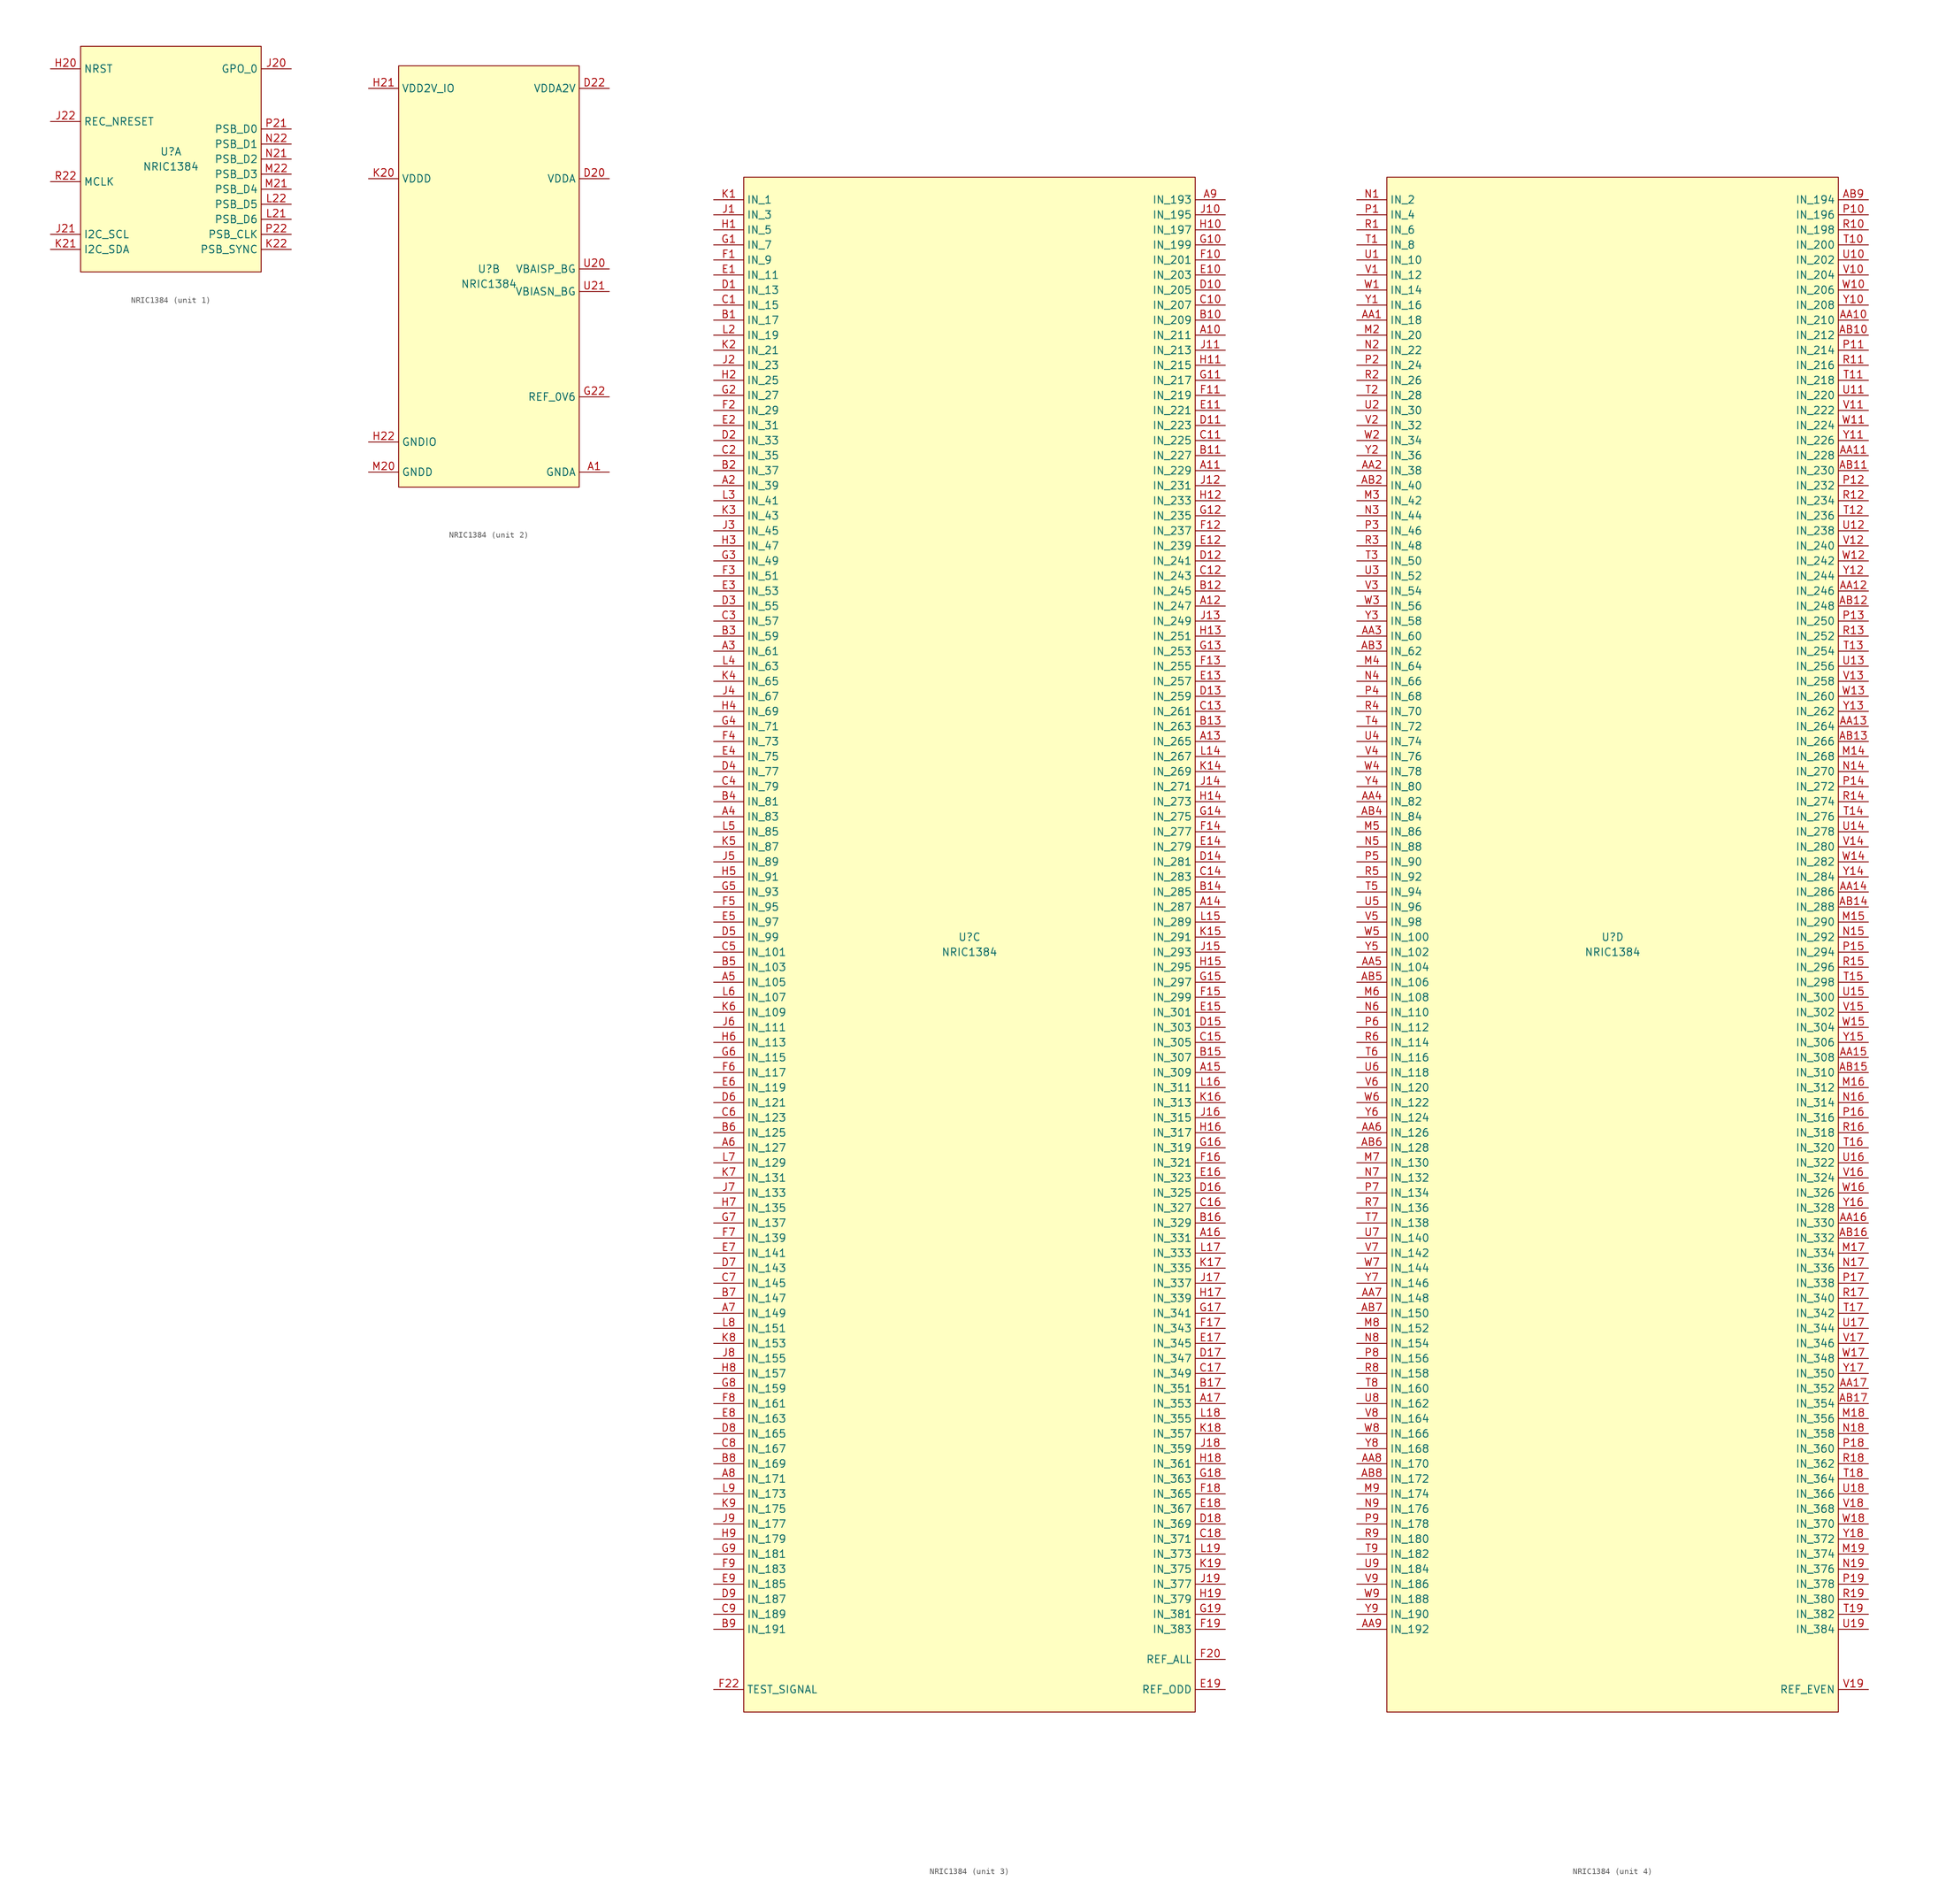
<source format=kicad_sym>
(kicad_symbol_lib
  (version 20220914)
  (generator kicad_symbol_editor)
  (symbol "NRIC1384"
    (property "Reference" "U"
      (at 0 1.27 0)
      (effects (font (size 1.27 1.27))))
    (property "Value" "NRIC1384"
      (at 0 -1.27 0)
      (effects (font (size 1.27 1.27))))
    (property "ki_locked" ""
      (at 0 0 0)
      (effects (font (size 1.27 1.27))))
    (symbol "NRIC1384_1_0"
      (pin input line (at -20.32 15.24 0) (length 5.08) (name "NRST" (effects (font (size 1.27 1.27)))) (number "H20" (effects (font (size 1.27 1.27)))))
      (pin output line (at 20.32 15.24 180) (length 5.08) (name "GPO_0" (effects (font (size 1.27 1.27)))) (number "J20" (effects (font (size 1.27 1.27)))))
      (pin open_collector line (at -20.32 -12.7 0) (length 5.08) (name "I2C_SCL" (effects (font (size 1.27 1.27)))) (number "J21" (effects (font (size 1.27 1.27)))))
      (pin input line (at -20.32 6.35 0) (length 5.08) (name "REC_NRESET" (effects (font (size 1.27 1.27)))) (number "J22" (effects (font (size 1.27 1.27)))))
      (pin open_collector line (at -20.32 -15.24 0) (length 5.08) (name "I2C_SDA" (effects (font (size 1.27 1.27)))) (number "K21" (effects (font (size 1.27 1.27)))))
      (pin output line (at 20.32 -15.24 180) (length 5.08) (name "PSB_SYNC" (effects (font (size 1.27 1.27)))) (number "K22" (effects (font (size 1.27 1.27)))))
      (pin output line (at 20.32 -10.16 180) (length 5.08) (name "PSB_D6" (effects (font (size 1.27 1.27)))) (number "L21" (effects (font (size 1.27 1.27)))))
      (pin output line (at 20.32 -7.62 180) (length 5.08) (name "PSB_D5" (effects (font (size 1.27 1.27)))) (number "L22" (effects (font (size 1.27 1.27)))))
      (pin output line (at 20.32 -5.08 180) (length 5.08) (name "PSB_D4" (effects (font (size 1.27 1.27)))) (number "M21" (effects (font (size 1.27 1.27)))))
      (pin output line (at 20.32 -2.54 180) (length 5.08) (name "PSB_D3" (effects (font (size 1.27 1.27)))) (number "M22" (effects (font (size 1.27 1.27)))))
      (pin output line (at 20.32 0 180) (length 5.08) (name "PSB_D2" (effects (font (size 1.27 1.27)))) (number "N21" (effects (font (size 1.27 1.27)))))
      (pin output line (at 20.32 2.54 180) (length 5.08) (name "PSB_D1" (effects (font (size 1.27 1.27)))) (number "N22" (effects (font (size 1.27 1.27)))))
      (pin output line (at 20.32 5.08 180) (length 5.08) (name "PSB_D0" (effects (font (size 1.27 1.27)))) (number "P21" (effects (font (size 1.27 1.27)))))
      (pin output line (at 20.32 -12.7 180) (length 5.08) (name "PSB_CLK" (effects (font (size 1.27 1.27)))) (number "P22" (effects (font (size 1.27 1.27)))))
      (pin input line (at -20.32 -3.81 0) (length 5.08) (name "MCLK" (effects (font (size 1.27 1.27)))) (number "R22" (effects (font (size 1.27 1.27))))))
    (symbol "NRIC1384_1_1"
      (rectangle (start -15.24 19.05) (end 15.24 -19.05) (stroke (width 0) (type default)) (fill (type background))))
    (symbol "NRIC1384_2_0"
      (pin power_in line (at 20.32 -33.02 180) (length 5.08) (name "GNDA" (effects (font (size 1.27 1.27)))) (number "A1" (effects (font (size 1.27 1.27)))))
      (pin passive line (at 20.32 -33.02 180) (length 5.08) hide (name "GNDA" (effects (font (size 1.27 1.27)))) (number "A18" (effects (font (size 1.27 1.27)))))
      (pin passive line (at 20.32 -33.02 180) (length 5.08) hide (name "GNDA" (effects (font (size 1.27 1.27)))) (number "A19" (effects (font (size 1.27 1.27)))))
      (pin no_connect line (at -1.27 3.81 180) (length 5.08) hide (name "NC" (effects (font (size 1.27 1.27)))) (number "A20" (effects (font (size 1.27 1.27)))))
      (pin passive line (at 20.32 -33.02 180) (length 5.08) hide (name "GNDA" (effects (font (size 1.27 1.27)))) (number "A21" (effects (font (size 1.27 1.27)))))
      (pin passive line (at 20.32 -33.02 180) (length 5.08) hide (name "GNDA" (effects (font (size 1.27 1.27)))) (number "A22" (effects (font (size 1.27 1.27)))))
      (pin passive line (at 20.32 -33.02 180) (length 5.08) hide (name "GNDA" (effects (font (size 1.27 1.27)))) (number "AA18" (effects (font (size 1.27 1.27)))))
      (pin no_connect line (at -1.27 -8.89 180) (length 5.08) hide (name "NC" (effects (font (size 1.27 1.27)))) (number "AA19" (effects (font (size 1.27 1.27)))))
      (pin no_connect line (at -1.27 7.62 180) (length 5.08) hide (name "NC" (effects (font (size 1.27 1.27)))) (number "AA20" (effects (font (size 1.27 1.27)))))
      (pin no_connect line (at -1.27 -7.62 180) (length 5.08) hide (name "NC" (effects (font (size 1.27 1.27)))) (number "AA21" (effects (font (size 1.27 1.27)))))
      (pin passive line (at 20.32 -33.02 180) (length 5.08) hide (name "GNDA" (effects (font (size 1.27 1.27)))) (number "AA22" (effects (font (size 1.27 1.27)))))
      (pin passive line (at 20.32 -33.02 180) (length 5.08) hide (name "GNDA" (effects (font (size 1.27 1.27)))) (number "AB1" (effects (font (size 1.27 1.27)))))
      (pin passive line (at 20.32 -33.02 180) (length 5.08) hide (name "GNDA" (effects (font (size 1.27 1.27)))) (number "AB18" (effects (font (size 1.27 1.27)))))
      (pin no_connect line (at -1.27 -6.35 180) (length 5.08) hide (name "NC" (effects (font (size 1.27 1.27)))) (number "AB19" (effects (font (size 1.27 1.27)))))
      (pin no_connect line (at -1.27 -3.81 180) (length 5.08) hide (name "NC" (effects (font (size 1.27 1.27)))) (number "AB20" (effects (font (size 1.27 1.27)))))
      (pin passive line (at 20.32 -33.02 180) (length 5.08) hide (name "GNDA" (effects (font (size 1.27 1.27)))) (number "AB21" (effects (font (size 1.27 1.27)))))
      (pin passive line (at 20.32 -33.02 180) (length 5.08) hide (name "GNDA" (effects (font (size 1.27 1.27)))) (number "AB22" (effects (font (size 1.27 1.27)))))
      (pin passive line (at 20.32 -33.02 180) (length 5.08) hide (name "GNDA" (effects (font (size 1.27 1.27)))) (number "B18" (effects (font (size 1.27 1.27)))))
      (pin no_connect line (at -1.27 -2.54 180) (length 5.08) hide (name "NC" (effects (font (size 1.27 1.27)))) (number "B19" (effects (font (size 1.27 1.27)))))
      (pin no_connect line (at -1.27 8.89 180) (length 5.08) hide (name "NC" (effects (font (size 1.27 1.27)))) (number "B20" (effects (font (size 1.27 1.27)))))
      (pin no_connect line (at -1.27 -1.27 180) (length 5.08) hide (name "NC" (effects (font (size 1.27 1.27)))) (number "B21" (effects (font (size 1.27 1.27)))))
      (pin passive line (at 20.32 -33.02 180) (length 5.08) hide (name "GNDA" (effects (font (size 1.27 1.27)))) (number "B22" (effects (font (size 1.27 1.27)))))
      (pin passive line (at 20.32 -33.02 180) (length 5.08) hide (name "GNDA" (effects (font (size 1.27 1.27)))) (number "C19" (effects (font (size 1.27 1.27)))))
      (pin passive line (at 20.32 -33.02 180) (length 5.08) hide (name "GNDA" (effects (font (size 1.27 1.27)))) (number "C20" (effects (font (size 1.27 1.27)))))
      (pin no_connect line (at -1.27 0 180) (length 5.08) hide (name "NC" (effects (font (size 1.27 1.27)))) (number "C21" (effects (font (size 1.27 1.27)))))
      (pin no_connect line (at -1.27 1.27 180) (length 5.08) hide (name "NC" (effects (font (size 1.27 1.27)))) (number "C22" (effects (font (size 1.27 1.27)))))
      (pin passive line (at 20.32 -33.02 180) (length 5.08) hide (name "GNDA" (effects (font (size 1.27 1.27)))) (number "D19" (effects (font (size 1.27 1.27)))))
      (pin power_in line (at 20.32 16.51 180) (length 5.08) (name "VDDA" (effects (font (size 1.27 1.27)))) (number "D20" (effects (font (size 1.27 1.27)))))
      (pin passive line (at 20.32 -33.02 180) (length 5.08) hide (name "GNDA" (effects (font (size 1.27 1.27)))) (number "D21" (effects (font (size 1.27 1.27)))))
      (pin power_in line (at 20.32 31.75 180) (length 5.08) (name "VDDA2V" (effects (font (size 1.27 1.27)))) (number "D22" (effects (font (size 1.27 1.27)))))
      (pin passive line (at 20.32 31.75 180) (length 5.08) hide (name "VDDA2V" (effects (font (size 1.27 1.27)))) (number "E20" (effects (font (size 1.27 1.27)))))
      (pin passive line (at 20.32 -33.02 180) (length 5.08) hide (name "GNDA" (effects (font (size 1.27 1.27)))) (number "E21" (effects (font (size 1.27 1.27)))))
      (pin passive line (at 20.32 -33.02 180) (length 5.08) hide (name "GNDA" (effects (font (size 1.27 1.27)))) (number "E22" (effects (font (size 1.27 1.27)))))
      (pin passive line (at 20.32 -33.02 180) (length 5.08) hide (name "GNDA" (effects (font (size 1.27 1.27)))) (number "F21" (effects (font (size 1.27 1.27)))))
      (pin passive line (at 20.32 -33.02 180) (length 5.08) hide (name "GNDA" (effects (font (size 1.27 1.27)))) (number "G20" (effects (font (size 1.27 1.27)))))
      (pin passive line (at 20.32 16.51 180) (length 5.08) hide (name "VDDA" (effects (font (size 1.27 1.27)))) (number "G21" (effects (font (size 1.27 1.27)))))
      (pin power_in line (at 20.32 -20.32 180) (length 5.08) (name "REF_0V6" (effects (font (size 1.27 1.27)))) (number "G22" (effects (font (size 1.27 1.27)))))
      (pin power_in line (at -20.32 31.75 0) (length 5.08) (name "VDD2V_IO" (effects (font (size 1.27 1.27)))) (number "H21" (effects (font (size 1.27 1.27)))))
      (pin power_in line (at -20.32 -27.94 0) (length 5.08) (name "GNDIO" (effects (font (size 1.27 1.27)))) (number "H22" (effects (font (size 1.27 1.27)))))
      (pin passive line (at 20.32 -33.02 180) (length 5.08) hide (name "GNDA" (effects (font (size 1.27 1.27)))) (number "K10" (effects (font (size 1.27 1.27)))))
      (pin passive line (at 20.32 -33.02 180) (length 5.08) hide (name "GNDA" (effects (font (size 1.27 1.27)))) (number "K11" (effects (font (size 1.27 1.27)))))
      (pin passive line (at 20.32 -33.02 180) (length 5.08) hide (name "GNDA" (effects (font (size 1.27 1.27)))) (number "K12" (effects (font (size 1.27 1.27)))))
      (pin passive line (at 20.32 -33.02 180) (length 5.08) hide (name "GNDA" (effects (font (size 1.27 1.27)))) (number "K13" (effects (font (size 1.27 1.27)))))
      (pin power_in line (at -20.32 16.51 0) (length 5.08) (name "VDDD" (effects (font (size 1.27 1.27)))) (number "K20" (effects (font (size 1.27 1.27)))))
      (pin passive line (at 20.32 -33.02 180) (length 5.08) hide (name "GNDA" (effects (font (size 1.27 1.27)))) (number "L1" (effects (font (size 1.27 1.27)))))
      (pin passive line (at 20.32 -33.02 180) (length 5.08) hide (name "GNDA" (effects (font (size 1.27 1.27)))) (number "L10" (effects (font (size 1.27 1.27)))))
      (pin passive line (at 20.32 -33.02 180) (length 5.08) hide (name "GNDA" (effects (font (size 1.27 1.27)))) (number "L11" (effects (font (size 1.27 1.27)))))
      (pin passive line (at 20.32 -33.02 180) (length 5.08) hide (name "GNDA" (effects (font (size 1.27 1.27)))) (number "L12" (effects (font (size 1.27 1.27)))))
      (pin passive line (at 20.32 -33.02 180) (length 5.08) hide (name "GNDA" (effects (font (size 1.27 1.27)))) (number "L13" (effects (font (size 1.27 1.27)))))
      (pin no_connect line (at -1.27 2.54 180) (length 5.08) hide (name "NC" (effects (font (size 1.27 1.27)))) (number "L20" (effects (font (size 1.27 1.27)))))
      (pin passive line (at 20.32 31.75 180) (length 5.08) hide (name "VDDA2V" (effects (font (size 1.27 1.27)))) (number "M1" (effects (font (size 1.27 1.27)))))
      (pin passive line (at 20.32 -33.02 180) (length 5.08) hide (name "GNDA" (effects (font (size 1.27 1.27)))) (number "M10" (effects (font (size 1.27 1.27)))))
      (pin passive line (at 20.32 -33.02 180) (length 5.08) hide (name "GNDA" (effects (font (size 1.27 1.27)))) (number "M11" (effects (font (size 1.27 1.27)))))
      (pin passive line (at 20.32 -33.02 180) (length 5.08) hide (name "GNDA" (effects (font (size 1.27 1.27)))) (number "M12" (effects (font (size 1.27 1.27)))))
      (pin passive line (at 20.32 -33.02 180) (length 5.08) hide (name "GNDA" (effects (font (size 1.27 1.27)))) (number "M13" (effects (font (size 1.27 1.27)))))
      (pin power_in line (at -20.32 -33.02 0) (length 5.08) (name "GNDD" (effects (font (size 1.27 1.27)))) (number "M20" (effects (font (size 1.27 1.27)))))
      (pin passive line (at 20.32 -33.02 180) (length 5.08) hide (name "GNDA" (effects (font (size 1.27 1.27)))) (number "N10" (effects (font (size 1.27 1.27)))))
      (pin passive line (at 20.32 -33.02 180) (length 5.08) hide (name "GNDA" (effects (font (size 1.27 1.27)))) (number "N11" (effects (font (size 1.27 1.27)))))
      (pin passive line (at 20.32 -33.02 180) (length 5.08) hide (name "GNDA" (effects (font (size 1.27 1.27)))) (number "N12" (effects (font (size 1.27 1.27)))))
      (pin passive line (at 20.32 -33.02 180) (length 5.08) hide (name "GNDA" (effects (font (size 1.27 1.27)))) (number "N13" (effects (font (size 1.27 1.27)))))
      (pin passive line (at -20.32 16.51 0) (length 5.08) hide (name "VDDD" (effects (font (size 1.27 1.27)))) (number "N20" (effects (font (size 1.27 1.27)))))
      (pin passive line (at -20.32 -33.02 0) (length 5.08) hide (name "GNDD" (effects (font (size 1.27 1.27)))) (number "P20" (effects (font (size 1.27 1.27)))))
      (pin passive line (at -20.32 -27.94 0) (length 5.08) hide (name "GNDIO" (effects (font (size 1.27 1.27)))) (number "R20" (effects (font (size 1.27 1.27)))))
      (pin passive line (at -20.32 31.75 0) (length 5.08) hide (name "VDD2V_IO" (effects (font (size 1.27 1.27)))) (number "R21" (effects (font (size 1.27 1.27)))))
      (pin passive line (at 20.32 -20.32 180) (length 5.08) hide (name "REF_0V6" (effects (font (size 1.27 1.27)))) (number "T20" (effects (font (size 1.27 1.27)))))
      (pin passive line (at 20.32 16.51 180) (length 5.08) hide (name "VDDA" (effects (font (size 1.27 1.27)))) (number "T21" (effects (font (size 1.27 1.27)))))
      (pin passive line (at 20.32 -33.02 180) (length 5.08) hide (name "GNDA" (effects (font (size 1.27 1.27)))) (number "T22" (effects (font (size 1.27 1.27)))))
      (pin passive line (at 20.32 1.27 180) (length 5.08) (name "VBAISP_BG" (effects (font (size 1.27 1.27)))) (number "U20" (effects (font (size 1.27 1.27)))))
      (pin passive line (at 20.32 -2.54 180) (length 5.08) (name "VBIASN_BG" (effects (font (size 1.27 1.27)))) (number "U21" (effects (font (size 1.27 1.27)))))
      (pin no_connect line (at -1.27 5.08 180) (length 5.08) hide (name "NC" (effects (font (size 1.27 1.27)))) (number "U22" (effects (font (size 1.27 1.27)))))
      (pin passive line (at 20.32 31.75 180) (length 5.08) hide (name "VDDA2V" (effects (font (size 1.27 1.27)))) (number "V20" (effects (font (size 1.27 1.27)))))
      (pin passive line (at 20.32 -33.02 180) (length 5.08) hide (name "GNDA" (effects (font (size 1.27 1.27)))) (number "V21" (effects (font (size 1.27 1.27)))))
      (pin passive line (at 20.32 -33.02 180) (length 5.08) hide (name "GNDA" (effects (font (size 1.27 1.27)))) (number "V22" (effects (font (size 1.27 1.27)))))
      (pin passive line (at 20.32 31.75 180) (length 5.08) hide (name "VDDA2V" (effects (font (size 1.27 1.27)))) (number "W19" (effects (font (size 1.27 1.27)))))
      (pin passive line (at 20.32 16.51 180) (length 5.08) hide (name "VDDA" (effects (font (size 1.27 1.27)))) (number "W20" (effects (font (size 1.27 1.27)))))
      (pin passive line (at 20.32 -33.02 180) (length 5.08) hide (name "GNDA" (effects (font (size 1.27 1.27)))) (number "W21" (effects (font (size 1.27 1.27)))))
      (pin passive line (at 20.32 31.75 180) (length 5.08) hide (name "VDDA2V" (effects (font (size 1.27 1.27)))) (number "W22" (effects (font (size 1.27 1.27)))))
      (pin passive line (at 20.32 -33.02 180) (length 5.08) hide (name "GNDA" (effects (font (size 1.27 1.27)))) (number "Y19" (effects (font (size 1.27 1.27)))))
      (pin passive line (at 20.32 -33.02 180) (length 5.08) hide (name "GNDA" (effects (font (size 1.27 1.27)))) (number "Y20" (effects (font (size 1.27 1.27)))))
      (pin no_connect line (at -1.27 -5.08 180) (length 5.08) hide (name "NC" (effects (font (size 1.27 1.27)))) (number "Y21" (effects (font (size 1.27 1.27)))))
      (pin no_connect line (at -1.27 6.35 180) (length 5.08) hide (name "NC" (effects (font (size 1.27 1.27)))) (number "Y22" (effects (font (size 1.27 1.27))))))
    (symbol "NRIC1384_2_1"
      (rectangle (start -15.24 35.56) (end 15.24 -35.56) (stroke (width 0) (type default)) (fill (type background))))
    (symbol "NRIC1384_3_0"
      (pin input line (at 43.18 102.87 180) (length 5.08) (name "IN_211" (effects (font (size 1.27 1.27)))) (number "A10" (effects (font (size 1.27 1.27)))))
      (pin input line (at 43.18 80.01 180) (length 5.08) (name "IN_229" (effects (font (size 1.27 1.27)))) (number "A11" (effects (font (size 1.27 1.27)))))
      (pin input line (at 43.18 57.15 180) (length 5.08) (name "IN_247" (effects (font (size 1.27 1.27)))) (number "A12" (effects (font (size 1.27 1.27)))))
      (pin input line (at 43.18 34.29 180) (length 5.08) (name "IN_265" (effects (font (size 1.27 1.27)))) (number "A13" (effects (font (size 1.27 1.27)))))
      (pin input line (at 43.18 6.35 180) (length 5.08) (name "IN_287" (effects (font (size 1.27 1.27)))) (number "A14" (effects (font (size 1.27 1.27)))))
      (pin input line (at 43.18 -21.59 180) (length 5.08) (name "IN_309" (effects (font (size 1.27 1.27)))) (number "A15" (effects (font (size 1.27 1.27)))))
      (pin input line (at 43.18 -49.53 180) (length 5.08) (name "IN_331" (effects (font (size 1.27 1.27)))) (number "A16" (effects (font (size 1.27 1.27)))))
      (pin input line (at 43.18 -77.47 180) (length 5.08) (name "IN_353" (effects (font (size 1.27 1.27)))) (number "A17" (effects (font (size 1.27 1.27)))))
      (pin input line (at -43.18 77.47 0) (length 5.08) (name "IN_39" (effects (font (size 1.27 1.27)))) (number "A2" (effects (font (size 1.27 1.27)))))
      (pin input line (at -43.18 49.53 0) (length 5.08) (name "IN_61" (effects (font (size 1.27 1.27)))) (number "A3" (effects (font (size 1.27 1.27)))))
      (pin input line (at -43.18 21.59 0) (length 5.08) (name "IN_83" (effects (font (size 1.27 1.27)))) (number "A4" (effects (font (size 1.27 1.27)))))
      (pin input line (at -43.18 -6.35 0) (length 5.08) (name "IN_105" (effects (font (size 1.27 1.27)))) (number "A5" (effects (font (size 1.27 1.27)))))
      (pin input line (at -43.18 -34.29 0) (length 5.08) (name "IN_127" (effects (font (size 1.27 1.27)))) (number "A6" (effects (font (size 1.27 1.27)))))
      (pin input line (at -43.18 -62.23 0) (length 5.08) (name "IN_149" (effects (font (size 1.27 1.27)))) (number "A7" (effects (font (size 1.27 1.27)))))
      (pin input line (at -43.18 -90.17 0) (length 5.08) (name "IN_171" (effects (font (size 1.27 1.27)))) (number "A8" (effects (font (size 1.27 1.27)))))
      (pin input line (at 43.18 125.73 180) (length 5.08) (name "IN_193" (effects (font (size 1.27 1.27)))) (number "A9" (effects (font (size 1.27 1.27)))))
      (pin input line (at -43.18 105.41 0) (length 5.08) (name "IN_17" (effects (font (size 1.27 1.27)))) (number "B1" (effects (font (size 1.27 1.27)))))
      (pin input line (at 43.18 105.41 180) (length 5.08) (name "IN_209" (effects (font (size 1.27 1.27)))) (number "B10" (effects (font (size 1.27 1.27)))))
      (pin input line (at 43.18 82.55 180) (length 5.08) (name "IN_227" (effects (font (size 1.27 1.27)))) (number "B11" (effects (font (size 1.27 1.27)))))
      (pin input line (at 43.18 59.69 180) (length 5.08) (name "IN_245" (effects (font (size 1.27 1.27)))) (number "B12" (effects (font (size 1.27 1.27)))))
      (pin input line (at 43.18 36.83 180) (length 5.08) (name "IN_263" (effects (font (size 1.27 1.27)))) (number "B13" (effects (font (size 1.27 1.27)))))
      (pin input line (at 43.18 8.89 180) (length 5.08) (name "IN_285" (effects (font (size 1.27 1.27)))) (number "B14" (effects (font (size 1.27 1.27)))))
      (pin input line (at 43.18 -19.05 180) (length 5.08) (name "IN_307" (effects (font (size 1.27 1.27)))) (number "B15" (effects (font (size 1.27 1.27)))))
      (pin input line (at 43.18 -46.99 180) (length 5.08) (name "IN_329" (effects (font (size 1.27 1.27)))) (number "B16" (effects (font (size 1.27 1.27)))))
      (pin input line (at 43.18 -74.93 180) (length 5.08) (name "IN_351" (effects (font (size 1.27 1.27)))) (number "B17" (effects (font (size 1.27 1.27)))))
      (pin input line (at -43.18 80.01 0) (length 5.08) (name "IN_37" (effects (font (size 1.27 1.27)))) (number "B2" (effects (font (size 1.27 1.27)))))
      (pin input line (at -43.18 52.07 0) (length 5.08) (name "IN_59" (effects (font (size 1.27 1.27)))) (number "B3" (effects (font (size 1.27 1.27)))))
      (pin input line (at -43.18 24.13 0) (length 5.08) (name "IN_81" (effects (font (size 1.27 1.27)))) (number "B4" (effects (font (size 1.27 1.27)))))
      (pin input line (at -43.18 -3.81 0) (length 5.08) (name "IN_103" (effects (font (size 1.27 1.27)))) (number "B5" (effects (font (size 1.27 1.27)))))
      (pin input line (at -43.18 -31.75 0) (length 5.08) (name "IN_125" (effects (font (size 1.27 1.27)))) (number "B6" (effects (font (size 1.27 1.27)))))
      (pin input line (at -43.18 -59.69 0) (length 5.08) (name "IN_147" (effects (font (size 1.27 1.27)))) (number "B7" (effects (font (size 1.27 1.27)))))
      (pin input line (at -43.18 -87.63 0) (length 5.08) (name "IN_169" (effects (font (size 1.27 1.27)))) (number "B8" (effects (font (size 1.27 1.27)))))
      (pin input line (at -43.18 -115.57 0) (length 5.08) (name "IN_191" (effects (font (size 1.27 1.27)))) (number "B9" (effects (font (size 1.27 1.27)))))
      (pin input line (at -43.18 107.95 0) (length 5.08) (name "IN_15" (effects (font (size 1.27 1.27)))) (number "C1" (effects (font (size 1.27 1.27)))))
      (pin input line (at 43.18 107.95 180) (length 5.08) (name "IN_207" (effects (font (size 1.27 1.27)))) (number "C10" (effects (font (size 1.27 1.27)))))
      (pin input line (at 43.18 85.09 180) (length 5.08) (name "IN_225" (effects (font (size 1.27 1.27)))) (number "C11" (effects (font (size 1.27 1.27)))))
      (pin input line (at 43.18 62.23 180) (length 5.08) (name "IN_243" (effects (font (size 1.27 1.27)))) (number "C12" (effects (font (size 1.27 1.27)))))
      (pin input line (at 43.18 39.37 180) (length 5.08) (name "IN_261" (effects (font (size 1.27 1.27)))) (number "C13" (effects (font (size 1.27 1.27)))))
      (pin input line (at 43.18 11.43 180) (length 5.08) (name "IN_283" (effects (font (size 1.27 1.27)))) (number "C14" (effects (font (size 1.27 1.27)))))
      (pin input line (at 43.18 -16.51 180) (length 5.08) (name "IN_305" (effects (font (size 1.27 1.27)))) (number "C15" (effects (font (size 1.27 1.27)))))
      (pin input line (at 43.18 -44.45 180) (length 5.08) (name "IN_327" (effects (font (size 1.27 1.27)))) (number "C16" (effects (font (size 1.27 1.27)))))
      (pin input line (at 43.18 -72.39 180) (length 5.08) (name "IN_349" (effects (font (size 1.27 1.27)))) (number "C17" (effects (font (size 1.27 1.27)))))
      (pin input line (at 43.18 -100.33 180) (length 5.08) (name "IN_371" (effects (font (size 1.27 1.27)))) (number "C18" (effects (font (size 1.27 1.27)))))
      (pin input line (at -43.18 82.55 0) (length 5.08) (name "IN_35" (effects (font (size 1.27 1.27)))) (number "C2" (effects (font (size 1.27 1.27)))))
      (pin input line (at -43.18 54.61 0) (length 5.08) (name "IN_57" (effects (font (size 1.27 1.27)))) (number "C3" (effects (font (size 1.27 1.27)))))
      (pin input line (at -43.18 26.67 0) (length 5.08) (name "IN_79" (effects (font (size 1.27 1.27)))) (number "C4" (effects (font (size 1.27 1.27)))))
      (pin input line (at -43.18 -1.27 0) (length 5.08) (name "IN_101" (effects (font (size 1.27 1.27)))) (number "C5" (effects (font (size 1.27 1.27)))))
      (pin input line (at -43.18 -29.21 0) (length 5.08) (name "IN_123" (effects (font (size 1.27 1.27)))) (number "C6" (effects (font (size 1.27 1.27)))))
      (pin input line (at -43.18 -57.15 0) (length 5.08) (name "IN_145" (effects (font (size 1.27 1.27)))) (number "C7" (effects (font (size 1.27 1.27)))))
      (pin input line (at -43.18 -85.09 0) (length 5.08) (name "IN_167" (effects (font (size 1.27 1.27)))) (number "C8" (effects (font (size 1.27 1.27)))))
      (pin input line (at -43.18 -113.03 0) (length 5.08) (name "IN_189" (effects (font (size 1.27 1.27)))) (number "C9" (effects (font (size 1.27 1.27)))))
      (pin input line (at -43.18 110.49 0) (length 5.08) (name "IN_13" (effects (font (size 1.27 1.27)))) (number "D1" (effects (font (size 1.27 1.27)))))
      (pin input line (at 43.18 110.49 180) (length 5.08) (name "IN_205" (effects (font (size 1.27 1.27)))) (number "D10" (effects (font (size 1.27 1.27)))))
      (pin input line (at 43.18 87.63 180) (length 5.08) (name "IN_223" (effects (font (size 1.27 1.27)))) (number "D11" (effects (font (size 1.27 1.27)))))
      (pin input line (at 43.18 64.77 180) (length 5.08) (name "IN_241" (effects (font (size 1.27 1.27)))) (number "D12" (effects (font (size 1.27 1.27)))))
      (pin input line (at 43.18 41.91 180) (length 5.08) (name "IN_259" (effects (font (size 1.27 1.27)))) (number "D13" (effects (font (size 1.27 1.27)))))
      (pin input line (at 43.18 13.97 180) (length 5.08) (name "IN_281" (effects (font (size 1.27 1.27)))) (number "D14" (effects (font (size 1.27 1.27)))))
      (pin input line (at 43.18 -13.97 180) (length 5.08) (name "IN_303" (effects (font (size 1.27 1.27)))) (number "D15" (effects (font (size 1.27 1.27)))))
      (pin input line (at 43.18 -41.91 180) (length 5.08) (name "IN_325" (effects (font (size 1.27 1.27)))) (number "D16" (effects (font (size 1.27 1.27)))))
      (pin input line (at 43.18 -69.85 180) (length 5.08) (name "IN_347" (effects (font (size 1.27 1.27)))) (number "D17" (effects (font (size 1.27 1.27)))))
      (pin input line (at 43.18 -97.79 180) (length 5.08) (name "IN_369" (effects (font (size 1.27 1.27)))) (number "D18" (effects (font (size 1.27 1.27)))))
      (pin input line (at -43.18 85.09 0) (length 5.08) (name "IN_33" (effects (font (size 1.27 1.27)))) (number "D2" (effects (font (size 1.27 1.27)))))
      (pin input line (at -43.18 57.15 0) (length 5.08) (name "IN_55" (effects (font (size 1.27 1.27)))) (number "D3" (effects (font (size 1.27 1.27)))))
      (pin input line (at -43.18 29.21 0) (length 5.08) (name "IN_77" (effects (font (size 1.27 1.27)))) (number "D4" (effects (font (size 1.27 1.27)))))
      (pin input line (at -43.18 1.27 0) (length 5.08) (name "IN_99" (effects (font (size 1.27 1.27)))) (number "D5" (effects (font (size 1.27 1.27)))))
      (pin input line (at -43.18 -26.67 0) (length 5.08) (name "IN_121" (effects (font (size 1.27 1.27)))) (number "D6" (effects (font (size 1.27 1.27)))))
      (pin input line (at -43.18 -54.61 0) (length 5.08) (name "IN_143" (effects (font (size 1.27 1.27)))) (number "D7" (effects (font (size 1.27 1.27)))))
      (pin input line (at -43.18 -82.55 0) (length 5.08) (name "IN_165" (effects (font (size 1.27 1.27)))) (number "D8" (effects (font (size 1.27 1.27)))))
      (pin input line (at -43.18 -110.49 0) (length 5.08) (name "IN_187" (effects (font (size 1.27 1.27)))) (number "D9" (effects (font (size 1.27 1.27)))))
      (pin input line (at -43.18 113.03 0) (length 5.08) (name "IN_11" (effects (font (size 1.27 1.27)))) (number "E1" (effects (font (size 1.27 1.27)))))
      (pin input line (at 43.18 113.03 180) (length 5.08) (name "IN_203" (effects (font (size 1.27 1.27)))) (number "E10" (effects (font (size 1.27 1.27)))))
      (pin input line (at 43.18 90.17 180) (length 5.08) (name "IN_221" (effects (font (size 1.27 1.27)))) (number "E11" (effects (font (size 1.27 1.27)))))
      (pin input line (at 43.18 67.31 180) (length 5.08) (name "IN_239" (effects (font (size 1.27 1.27)))) (number "E12" (effects (font (size 1.27 1.27)))))
      (pin input line (at 43.18 44.45 180) (length 5.08) (name "IN_257" (effects (font (size 1.27 1.27)))) (number "E13" (effects (font (size 1.27 1.27)))))
      (pin input line (at 43.18 16.51 180) (length 5.08) (name "IN_279" (effects (font (size 1.27 1.27)))) (number "E14" (effects (font (size 1.27 1.27)))))
      (pin input line (at 43.18 -11.43 180) (length 5.08) (name "IN_301" (effects (font (size 1.27 1.27)))) (number "E15" (effects (font (size 1.27 1.27)))))
      (pin input line (at 43.18 -39.37 180) (length 5.08) (name "IN_323" (effects (font (size 1.27 1.27)))) (number "E16" (effects (font (size 1.27 1.27)))))
      (pin input line (at 43.18 -67.31 180) (length 5.08) (name "IN_345" (effects (font (size 1.27 1.27)))) (number "E17" (effects (font (size 1.27 1.27)))))
      (pin input line (at 43.18 -95.25 180) (length 5.08) (name "IN_367" (effects (font (size 1.27 1.27)))) (number "E18" (effects (font (size 1.27 1.27)))))
      (pin input line (at 43.18 -125.73 180) (length 5.08) (name "REF_ODD" (effects (font (size 1.27 1.27)))) (number "E19" (effects (font (size 1.27 1.27)))))
      (pin input line (at -43.18 87.63 0) (length 5.08) (name "IN_31" (effects (font (size 1.27 1.27)))) (number "E2" (effects (font (size 1.27 1.27)))))
      (pin input line (at -43.18 59.69 0) (length 5.08) (name "IN_53" (effects (font (size 1.27 1.27)))) (number "E3" (effects (font (size 1.27 1.27)))))
      (pin input line (at -43.18 31.75 0) (length 5.08) (name "IN_75" (effects (font (size 1.27 1.27)))) (number "E4" (effects (font (size 1.27 1.27)))))
      (pin input line (at -43.18 3.81 0) (length 5.08) (name "IN_97" (effects (font (size 1.27 1.27)))) (number "E5" (effects (font (size 1.27 1.27)))))
      (pin input line (at -43.18 -24.13 0) (length 5.08) (name "IN_119" (effects (font (size 1.27 1.27)))) (number "E6" (effects (font (size 1.27 1.27)))))
      (pin input line (at -43.18 -52.07 0) (length 5.08) (name "IN_141" (effects (font (size 1.27 1.27)))) (number "E7" (effects (font (size 1.27 1.27)))))
      (pin input line (at -43.18 -80.01 0) (length 5.08) (name "IN_163" (effects (font (size 1.27 1.27)))) (number "E8" (effects (font (size 1.27 1.27)))))
      (pin input line (at -43.18 -107.95 0) (length 5.08) (name "IN_185" (effects (font (size 1.27 1.27)))) (number "E9" (effects (font (size 1.27 1.27)))))
      (pin input line (at -43.18 115.57 0) (length 5.08) (name "IN_9" (effects (font (size 1.27 1.27)))) (number "F1" (effects (font (size 1.27 1.27)))))
      (pin input line (at 43.18 115.57 180) (length 5.08) (name "IN_201" (effects (font (size 1.27 1.27)))) (number "F10" (effects (font (size 1.27 1.27)))))
      (pin input line (at 43.18 92.71 180) (length 5.08) (name "IN_219" (effects (font (size 1.27 1.27)))) (number "F11" (effects (font (size 1.27 1.27)))))
      (pin input line (at 43.18 69.85 180) (length 5.08) (name "IN_237" (effects (font (size 1.27 1.27)))) (number "F12" (effects (font (size 1.27 1.27)))))
      (pin input line (at 43.18 46.99 180) (length 5.08) (name "IN_255" (effects (font (size 1.27 1.27)))) (number "F13" (effects (font (size 1.27 1.27)))))
      (pin input line (at 43.18 19.05 180) (length 5.08) (name "IN_277" (effects (font (size 1.27 1.27)))) (number "F14" (effects (font (size 1.27 1.27)))))
      (pin input line (at 43.18 -8.89 180) (length 5.08) (name "IN_299" (effects (font (size 1.27 1.27)))) (number "F15" (effects (font (size 1.27 1.27)))))
      (pin input line (at 43.18 -36.83 180) (length 5.08) (name "IN_321" (effects (font (size 1.27 1.27)))) (number "F16" (effects (font (size 1.27 1.27)))))
      (pin input line (at 43.18 -64.77 180) (length 5.08) (name "IN_343" (effects (font (size 1.27 1.27)))) (number "F17" (effects (font (size 1.27 1.27)))))
      (pin input line (at 43.18 -92.71 180) (length 5.08) (name "IN_365" (effects (font (size 1.27 1.27)))) (number "F18" (effects (font (size 1.27 1.27)))))
      (pin input line (at 43.18 -115.57 180) (length 5.08) (name "IN_383" (effects (font (size 1.27 1.27)))) (number "F19" (effects (font (size 1.27 1.27)))))
      (pin input line (at -43.18 90.17 0) (length 5.08) (name "IN_29" (effects (font (size 1.27 1.27)))) (number "F2" (effects (font (size 1.27 1.27)))))
      (pin input line (at 43.18 -120.65 180) (length 5.08) (name "REF_ALL" (effects (font (size 1.27 1.27)))) (number "F20" (effects (font (size 1.27 1.27)))))
      (pin input line (at -43.18 -125.73 0) (length 5.08) (name "TEST_SIGNAL" (effects (font (size 1.27 1.27)))) (number "F22" (effects (font (size 1.27 1.27)))))
      (pin input line (at -43.18 62.23 0) (length 5.08) (name "IN_51" (effects (font (size 1.27 1.27)))) (number "F3" (effects (font (size 1.27 1.27)))))
      (pin input line (at -43.18 34.29 0) (length 5.08) (name "IN_73" (effects (font (size 1.27 1.27)))) (number "F4" (effects (font (size 1.27 1.27)))))
      (pin input line (at -43.18 6.35 0) (length 5.08) (name "IN_95" (effects (font (size 1.27 1.27)))) (number "F5" (effects (font (size 1.27 1.27)))))
      (pin input line (at -43.18 -21.59 0) (length 5.08) (name "IN_117" (effects (font (size 1.27 1.27)))) (number "F6" (effects (font (size 1.27 1.27)))))
      (pin input line (at -43.18 -49.53 0) (length 5.08) (name "IN_139" (effects (font (size 1.27 1.27)))) (number "F7" (effects (font (size 1.27 1.27)))))
      (pin input line (at -43.18 -77.47 0) (length 5.08) (name "IN_161" (effects (font (size 1.27 1.27)))) (number "F8" (effects (font (size 1.27 1.27)))))
      (pin input line (at -43.18 -105.41 0) (length 5.08) (name "IN_183" (effects (font (size 1.27 1.27)))) (number "F9" (effects (font (size 1.27 1.27)))))
      (pin input line (at -43.18 118.11 0) (length 5.08) (name "IN_7" (effects (font (size 1.27 1.27)))) (number "G1" (effects (font (size 1.27 1.27)))))
      (pin input line (at 43.18 118.11 180) (length 5.08) (name "IN_199" (effects (font (size 1.27 1.27)))) (number "G10" (effects (font (size 1.27 1.27)))))
      (pin input line (at 43.18 95.25 180) (length 5.08) (name "IN_217" (effects (font (size 1.27 1.27)))) (number "G11" (effects (font (size 1.27 1.27)))))
      (pin input line (at 43.18 72.39 180) (length 5.08) (name "IN_235" (effects (font (size 1.27 1.27)))) (number "G12" (effects (font (size 1.27 1.27)))))
      (pin input line (at 43.18 49.53 180) (length 5.08) (name "IN_253" (effects (font (size 1.27 1.27)))) (number "G13" (effects (font (size 1.27 1.27)))))
      (pin input line (at 43.18 21.59 180) (length 5.08) (name "IN_275" (effects (font (size 1.27 1.27)))) (number "G14" (effects (font (size 1.27 1.27)))))
      (pin input line (at 43.18 -6.35 180) (length 5.08) (name "IN_297" (effects (font (size 1.27 1.27)))) (number "G15" (effects (font (size 1.27 1.27)))))
      (pin input line (at 43.18 -34.29 180) (length 5.08) (name "IN_319" (effects (font (size 1.27 1.27)))) (number "G16" (effects (font (size 1.27 1.27)))))
      (pin input line (at 43.18 -62.23 180) (length 5.08) (name "IN_341" (effects (font (size 1.27 1.27)))) (number "G17" (effects (font (size 1.27 1.27)))))
      (pin input line (at 43.18 -90.17 180) (length 5.08) (name "IN_363" (effects (font (size 1.27 1.27)))) (number "G18" (effects (font (size 1.27 1.27)))))
      (pin input line (at 43.18 -113.03 180) (length 5.08) (name "IN_381" (effects (font (size 1.27 1.27)))) (number "G19" (effects (font (size 1.27 1.27)))))
      (pin input line (at -43.18 92.71 0) (length 5.08) (name "IN_27" (effects (font (size 1.27 1.27)))) (number "G2" (effects (font (size 1.27 1.27)))))
      (pin input line (at -43.18 64.77 0) (length 5.08) (name "IN_49" (effects (font (size 1.27 1.27)))) (number "G3" (effects (font (size 1.27 1.27)))))
      (pin input line (at -43.18 36.83 0) (length 5.08) (name "IN_71" (effects (font (size 1.27 1.27)))) (number "G4" (effects (font (size 1.27 1.27)))))
      (pin input line (at -43.18 8.89 0) (length 5.08) (name "IN_93" (effects (font (size 1.27 1.27)))) (number "G5" (effects (font (size 1.27 1.27)))))
      (pin input line (at -43.18 -19.05 0) (length 5.08) (name "IN_115" (effects (font (size 1.27 1.27)))) (number "G6" (effects (font (size 1.27 1.27)))))
      (pin input line (at -43.18 -46.99 0) (length 5.08) (name "IN_137" (effects (font (size 1.27 1.27)))) (number "G7" (effects (font (size 1.27 1.27)))))
      (pin input line (at -43.18 -74.93 0) (length 5.08) (name "IN_159" (effects (font (size 1.27 1.27)))) (number "G8" (effects (font (size 1.27 1.27)))))
      (pin input line (at -43.18 -102.87 0) (length 5.08) (name "IN_181" (effects (font (size 1.27 1.27)))) (number "G9" (effects (font (size 1.27 1.27)))))
      (pin input line (at -43.18 120.65 0) (length 5.08) (name "IN_5" (effects (font (size 1.27 1.27)))) (number "H1" (effects (font (size 1.27 1.27)))))
      (pin input line (at 43.18 120.65 180) (length 5.08) (name "IN_197" (effects (font (size 1.27 1.27)))) (number "H10" (effects (font (size 1.27 1.27)))))
      (pin input line (at 43.18 97.79 180) (length 5.08) (name "IN_215" (effects (font (size 1.27 1.27)))) (number "H11" (effects (font (size 1.27 1.27)))))
      (pin input line (at 43.18 74.93 180) (length 5.08) (name "IN_233" (effects (font (size 1.27 1.27)))) (number "H12" (effects (font (size 1.27 1.27)))))
      (pin input line (at 43.18 52.07 180) (length 5.08) (name "IN_251" (effects (font (size 1.27 1.27)))) (number "H13" (effects (font (size 1.27 1.27)))))
      (pin input line (at 43.18 24.13 180) (length 5.08) (name "IN_273" (effects (font (size 1.27 1.27)))) (number "H14" (effects (font (size 1.27 1.27)))))
      (pin input line (at 43.18 -3.81 180) (length 5.08) (name "IN_295" (effects (font (size 1.27 1.27)))) (number "H15" (effects (font (size 1.27 1.27)))))
      (pin input line (at 43.18 -31.75 180) (length 5.08) (name "IN_317" (effects (font (size 1.27 1.27)))) (number "H16" (effects (font (size 1.27 1.27)))))
      (pin input line (at 43.18 -59.69 180) (length 5.08) (name "IN_339" (effects (font (size 1.27 1.27)))) (number "H17" (effects (font (size 1.27 1.27)))))
      (pin input line (at 43.18 -87.63 180) (length 5.08) (name "IN_361" (effects (font (size 1.27 1.27)))) (number "H18" (effects (font (size 1.27 1.27)))))
      (pin input line (at 43.18 -110.49 180) (length 5.08) (name "IN_379" (effects (font (size 1.27 1.27)))) (number "H19" (effects (font (size 1.27 1.27)))))
      (pin input line (at -43.18 95.25 0) (length 5.08) (name "IN_25" (effects (font (size 1.27 1.27)))) (number "H2" (effects (font (size 1.27 1.27)))))
      (pin input line (at -43.18 67.31 0) (length 5.08) (name "IN_47" (effects (font (size 1.27 1.27)))) (number "H3" (effects (font (size 1.27 1.27)))))
      (pin input line (at -43.18 39.37 0) (length 5.08) (name "IN_69" (effects (font (size 1.27 1.27)))) (number "H4" (effects (font (size 1.27 1.27)))))
      (pin input line (at -43.18 11.43 0) (length 5.08) (name "IN_91" (effects (font (size 1.27 1.27)))) (number "H5" (effects (font (size 1.27 1.27)))))
      (pin input line (at -43.18 -16.51 0) (length 5.08) (name "IN_113" (effects (font (size 1.27 1.27)))) (number "H6" (effects (font (size 1.27 1.27)))))
      (pin input line (at -43.18 -44.45 0) (length 5.08) (name "IN_135" (effects (font (size 1.27 1.27)))) (number "H7" (effects (font (size 1.27 1.27)))))
      (pin input line (at -43.18 -72.39 0) (length 5.08) (name "IN_157" (effects (font (size 1.27 1.27)))) (number "H8" (effects (font (size 1.27 1.27)))))
      (pin input line (at -43.18 -100.33 0) (length 5.08) (name "IN_179" (effects (font (size 1.27 1.27)))) (number "H9" (effects (font (size 1.27 1.27)))))
      (pin input line (at -43.18 123.19 0) (length 5.08) (name "IN_3" (effects (font (size 1.27 1.27)))) (number "J1" (effects (font (size 1.27 1.27)))))
      (pin input line (at 43.18 123.19 180) (length 5.08) (name "IN_195" (effects (font (size 1.27 1.27)))) (number "J10" (effects (font (size 1.27 1.27)))))
      (pin input line (at 43.18 100.33 180) (length 5.08) (name "IN_213" (effects (font (size 1.27 1.27)))) (number "J11" (effects (font (size 1.27 1.27)))))
      (pin input line (at 43.18 77.47 180) (length 5.08) (name "IN_231" (effects (font (size 1.27 1.27)))) (number "J12" (effects (font (size 1.27 1.27)))))
      (pin input line (at 43.18 54.61 180) (length 5.08) (name "IN_249" (effects (font (size 1.27 1.27)))) (number "J13" (effects (font (size 1.27 1.27)))))
      (pin input line (at 43.18 26.67 180) (length 5.08) (name "IN_271" (effects (font (size 1.27 1.27)))) (number "J14" (effects (font (size 1.27 1.27)))))
      (pin input line (at 43.18 -1.27 180) (length 5.08) (name "IN_293" (effects (font (size 1.27 1.27)))) (number "J15" (effects (font (size 1.27 1.27)))))
      (pin input line (at 43.18 -29.21 180) (length 5.08) (name "IN_315" (effects (font (size 1.27 1.27)))) (number "J16" (effects (font (size 1.27 1.27)))))
      (pin input line (at 43.18 -57.15 180) (length 5.08) (name "IN_337" (effects (font (size 1.27 1.27)))) (number "J17" (effects (font (size 1.27 1.27)))))
      (pin input line (at 43.18 -85.09 180) (length 5.08) (name "IN_359" (effects (font (size 1.27 1.27)))) (number "J18" (effects (font (size 1.27 1.27)))))
      (pin input line (at 43.18 -107.95 180) (length 5.08) (name "IN_377" (effects (font (size 1.27 1.27)))) (number "J19" (effects (font (size 1.27 1.27)))))
      (pin input line (at -43.18 97.79 0) (length 5.08) (name "IN_23" (effects (font (size 1.27 1.27)))) (number "J2" (effects (font (size 1.27 1.27)))))
      (pin input line (at -43.18 69.85 0) (length 5.08) (name "IN_45" (effects (font (size 1.27 1.27)))) (number "J3" (effects (font (size 1.27 1.27)))))
      (pin input line (at -43.18 41.91 0) (length 5.08) (name "IN_67" (effects (font (size 1.27 1.27)))) (number "J4" (effects (font (size 1.27 1.27)))))
      (pin input line (at -43.18 13.97 0) (length 5.08) (name "IN_89" (effects (font (size 1.27 1.27)))) (number "J5" (effects (font (size 1.27 1.27)))))
      (pin input line (at -43.18 -13.97 0) (length 5.08) (name "IN_111" (effects (font (size 1.27 1.27)))) (number "J6" (effects (font (size 1.27 1.27)))))
      (pin input line (at -43.18 -41.91 0) (length 5.08) (name "IN_133" (effects (font (size 1.27 1.27)))) (number "J7" (effects (font (size 1.27 1.27)))))
      (pin input line (at -43.18 -69.85 0) (length 5.08) (name "IN_155" (effects (font (size 1.27 1.27)))) (number "J8" (effects (font (size 1.27 1.27)))))
      (pin input line (at -43.18 -97.79 0) (length 5.08) (name "IN_177" (effects (font (size 1.27 1.27)))) (number "J9" (effects (font (size 1.27 1.27)))))
      (pin input line (at -43.18 125.73 0) (length 5.08) (name "IN_1" (effects (font (size 1.27 1.27)))) (number "K1" (effects (font (size 1.27 1.27)))))
      (pin input line (at 43.18 29.21 180) (length 5.08) (name "IN_269" (effects (font (size 1.27 1.27)))) (number "K14" (effects (font (size 1.27 1.27)))))
      (pin input line (at 43.18 1.27 180) (length 5.08) (name "IN_291" (effects (font (size 1.27 1.27)))) (number "K15" (effects (font (size 1.27 1.27)))))
      (pin input line (at 43.18 -26.67 180) (length 5.08) (name "IN_313" (effects (font (size 1.27 1.27)))) (number "K16" (effects (font (size 1.27 1.27)))))
      (pin input line (at 43.18 -54.61 180) (length 5.08) (name "IN_335" (effects (font (size 1.27 1.27)))) (number "K17" (effects (font (size 1.27 1.27)))))
      (pin input line (at 43.18 -82.55 180) (length 5.08) (name "IN_357" (effects (font (size 1.27 1.27)))) (number "K18" (effects (font (size 1.27 1.27)))))
      (pin input line (at 43.18 -105.41 180) (length 5.08) (name "IN_375" (effects (font (size 1.27 1.27)))) (number "K19" (effects (font (size 1.27 1.27)))))
      (pin input line (at -43.18 100.33 0) (length 5.08) (name "IN_21" (effects (font (size 1.27 1.27)))) (number "K2" (effects (font (size 1.27 1.27)))))
      (pin input line (at -43.18 72.39 0) (length 5.08) (name "IN_43" (effects (font (size 1.27 1.27)))) (number "K3" (effects (font (size 1.27 1.27)))))
      (pin input line (at -43.18 44.45 0) (length 5.08) (name "IN_65" (effects (font (size 1.27 1.27)))) (number "K4" (effects (font (size 1.27 1.27)))))
      (pin input line (at -43.18 16.51 0) (length 5.08) (name "IN_87" (effects (font (size 1.27 1.27)))) (number "K5" (effects (font (size 1.27 1.27)))))
      (pin input line (at -43.18 -11.43 0) (length 5.08) (name "IN_109" (effects (font (size 1.27 1.27)))) (number "K6" (effects (font (size 1.27 1.27)))))
      (pin input line (at -43.18 -39.37 0) (length 5.08) (name "IN_131" (effects (font (size 1.27 1.27)))) (number "K7" (effects (font (size 1.27 1.27)))))
      (pin input line (at -43.18 -67.31 0) (length 5.08) (name "IN_153" (effects (font (size 1.27 1.27)))) (number "K8" (effects (font (size 1.27 1.27)))))
      (pin input line (at -43.18 -95.25 0) (length 5.08) (name "IN_175" (effects (font (size 1.27 1.27)))) (number "K9" (effects (font (size 1.27 1.27)))))
      (pin input line (at 43.18 31.75 180) (length 5.08) (name "IN_267" (effects (font (size 1.27 1.27)))) (number "L14" (effects (font (size 1.27 1.27)))))
      (pin input line (at 43.18 3.81 180) (length 5.08) (name "IN_289" (effects (font (size 1.27 1.27)))) (number "L15" (effects (font (size 1.27 1.27)))))
      (pin input line (at 43.18 -24.13 180) (length 5.08) (name "IN_311" (effects (font (size 1.27 1.27)))) (number "L16" (effects (font (size 1.27 1.27)))))
      (pin input line (at 43.18 -52.07 180) (length 5.08) (name "IN_333" (effects (font (size 1.27 1.27)))) (number "L17" (effects (font (size 1.27 1.27)))))
      (pin input line (at 43.18 -80.01 180) (length 5.08) (name "IN_355" (effects (font (size 1.27 1.27)))) (number "L18" (effects (font (size 1.27 1.27)))))
      (pin input line (at 43.18 -102.87 180) (length 5.08) (name "IN_373" (effects (font (size 1.27 1.27)))) (number "L19" (effects (font (size 1.27 1.27)))))
      (pin input line (at -43.18 102.87 0) (length 5.08) (name "IN_19" (effects (font (size 1.27 1.27)))) (number "L2" (effects (font (size 1.27 1.27)))))
      (pin input line (at -43.18 74.93 0) (length 5.08) (name "IN_41" (effects (font (size 1.27 1.27)))) (number "L3" (effects (font (size 1.27 1.27)))))
      (pin input line (at -43.18 46.99 0) (length 5.08) (name "IN_63" (effects (font (size 1.27 1.27)))) (number "L4" (effects (font (size 1.27 1.27)))))
      (pin input line (at -43.18 19.05 0) (length 5.08) (name "IN_85" (effects (font (size 1.27 1.27)))) (number "L5" (effects (font (size 1.27 1.27)))))
      (pin input line (at -43.18 -8.89 0) (length 5.08) (name "IN_107" (effects (font (size 1.27 1.27)))) (number "L6" (effects (font (size 1.27 1.27)))))
      (pin input line (at -43.18 -36.83 0) (length 5.08) (name "IN_129" (effects (font (size 1.27 1.27)))) (number "L7" (effects (font (size 1.27 1.27)))))
      (pin input line (at -43.18 -64.77 0) (length 5.08) (name "IN_151" (effects (font (size 1.27 1.27)))) (number "L8" (effects (font (size 1.27 1.27)))))
      (pin input line (at -43.18 -92.71 0) (length 5.08) (name "IN_173" (effects (font (size 1.27 1.27)))) (number "L9" (effects (font (size 1.27 1.27))))))
    (symbol "NRIC1384_3_1"
      (rectangle (start -38.1 129.54) (end 38.1 -129.54) (stroke (width 0) (type default)) (fill (type background))))
    (symbol "NRIC1384_4_0"
      (pin input line (at -43.18 105.41 0) (length 5.08) (name "IN_18" (effects (font (size 1.27 1.27)))) (number "AA1" (effects (font (size 1.27 1.27)))))
      (pin input line (at 43.18 105.41 180) (length 5.08) (name "IN_210" (effects (font (size 1.27 1.27)))) (number "AA10" (effects (font (size 1.27 1.27)))))
      (pin input line (at 43.18 82.55 180) (length 5.08) (name "IN_228" (effects (font (size 1.27 1.27)))) (number "AA11" (effects (font (size 1.27 1.27)))))
      (pin input line (at 43.18 59.69 180) (length 5.08) (name "IN_246" (effects (font (size 1.27 1.27)))) (number "AA12" (effects (font (size 1.27 1.27)))))
      (pin input line (at 43.18 36.83 180) (length 5.08) (name "IN_264" (effects (font (size 1.27 1.27)))) (number "AA13" (effects (font (size 1.27 1.27)))))
      (pin input line (at 43.18 8.89 180) (length 5.08) (name "IN_286" (effects (font (size 1.27 1.27)))) (number "AA14" (effects (font (size 1.27 1.27)))))
      (pin input line (at 43.18 -19.05 180) (length 5.08) (name "IN_308" (effects (font (size 1.27 1.27)))) (number "AA15" (effects (font (size 1.27 1.27)))))
      (pin input line (at 43.18 -46.99 180) (length 5.08) (name "IN_330" (effects (font (size 1.27 1.27)))) (number "AA16" (effects (font (size 1.27 1.27)))))
      (pin input line (at 43.18 -74.93 180) (length 5.08) (name "IN_352" (effects (font (size 1.27 1.27)))) (number "AA17" (effects (font (size 1.27 1.27)))))
      (pin input line (at -43.18 80.01 0) (length 5.08) (name "IN_38" (effects (font (size 1.27 1.27)))) (number "AA2" (effects (font (size 1.27 1.27)))))
      (pin input line (at -43.18 52.07 0) (length 5.08) (name "IN_60" (effects (font (size 1.27 1.27)))) (number "AA3" (effects (font (size 1.27 1.27)))))
      (pin input line (at -43.18 24.13 0) (length 5.08) (name "IN_82" (effects (font (size 1.27 1.27)))) (number "AA4" (effects (font (size 1.27 1.27)))))
      (pin input line (at -43.18 -3.81 0) (length 5.08) (name "IN_104" (effects (font (size 1.27 1.27)))) (number "AA5" (effects (font (size 1.27 1.27)))))
      (pin input line (at -43.18 -31.75 0) (length 5.08) (name "IN_126" (effects (font (size 1.27 1.27)))) (number "AA6" (effects (font (size 1.27 1.27)))))
      (pin input line (at -43.18 -59.69 0) (length 5.08) (name "IN_148" (effects (font (size 1.27 1.27)))) (number "AA7" (effects (font (size 1.27 1.27)))))
      (pin input line (at -43.18 -87.63 0) (length 5.08) (name "IN_170" (effects (font (size 1.27 1.27)))) (number "AA8" (effects (font (size 1.27 1.27)))))
      (pin input line (at -43.18 -115.57 0) (length 5.08) (name "IN_192" (effects (font (size 1.27 1.27)))) (number "AA9" (effects (font (size 1.27 1.27)))))
      (pin input line (at 43.18 102.87 180) (length 5.08) (name "IN_212" (effects (font (size 1.27 1.27)))) (number "AB10" (effects (font (size 1.27 1.27)))))
      (pin input line (at 43.18 80.01 180) (length 5.08) (name "IN_230" (effects (font (size 1.27 1.27)))) (number "AB11" (effects (font (size 1.27 1.27)))))
      (pin input line (at 43.18 57.15 180) (length 5.08) (name "IN_248" (effects (font (size 1.27 1.27)))) (number "AB12" (effects (font (size 1.27 1.27)))))
      (pin input line (at 43.18 34.29 180) (length 5.08) (name "IN_266" (effects (font (size 1.27 1.27)))) (number "AB13" (effects (font (size 1.27 1.27)))))
      (pin input line (at 43.18 6.35 180) (length 5.08) (name "IN_288" (effects (font (size 1.27 1.27)))) (number "AB14" (effects (font (size 1.27 1.27)))))
      (pin input line (at 43.18 -21.59 180) (length 5.08) (name "IN_310" (effects (font (size 1.27 1.27)))) (number "AB15" (effects (font (size 1.27 1.27)))))
      (pin input line (at 43.18 -49.53 180) (length 5.08) (name "IN_332" (effects (font (size 1.27 1.27)))) (number "AB16" (effects (font (size 1.27 1.27)))))
      (pin input line (at 43.18 -77.47 180) (length 5.08) (name "IN_354" (effects (font (size 1.27 1.27)))) (number "AB17" (effects (font (size 1.27 1.27)))))
      (pin input line (at -43.18 77.47 0) (length 5.08) (name "IN_40" (effects (font (size 1.27 1.27)))) (number "AB2" (effects (font (size 1.27 1.27)))))
      (pin input line (at -43.18 49.53 0) (length 5.08) (name "IN_62" (effects (font (size 1.27 1.27)))) (number "AB3" (effects (font (size 1.27 1.27)))))
      (pin input line (at -43.18 21.59 0) (length 5.08) (name "IN_84" (effects (font (size 1.27 1.27)))) (number "AB4" (effects (font (size 1.27 1.27)))))
      (pin input line (at -43.18 -6.35 0) (length 5.08) (name "IN_106" (effects (font (size 1.27 1.27)))) (number "AB5" (effects (font (size 1.27 1.27)))))
      (pin input line (at -43.18 -34.29 0) (length 5.08) (name "IN_128" (effects (font (size 1.27 1.27)))) (number "AB6" (effects (font (size 1.27 1.27)))))
      (pin input line (at -43.18 -62.23 0) (length 5.08) (name "IN_150" (effects (font (size 1.27 1.27)))) (number "AB7" (effects (font (size 1.27 1.27)))))
      (pin input line (at -43.18 -90.17 0) (length 5.08) (name "IN_172" (effects (font (size 1.27 1.27)))) (number "AB8" (effects (font (size 1.27 1.27)))))
      (pin input line (at 43.18 125.73 180) (length 5.08) (name "IN_194" (effects (font (size 1.27 1.27)))) (number "AB9" (effects (font (size 1.27 1.27)))))
      (pin input line (at 43.18 31.75 180) (length 5.08) (name "IN_268" (effects (font (size 1.27 1.27)))) (number "M14" (effects (font (size 1.27 1.27)))))
      (pin input line (at 43.18 3.81 180) (length 5.08) (name "IN_290" (effects (font (size 1.27 1.27)))) (number "M15" (effects (font (size 1.27 1.27)))))
      (pin input line (at 43.18 -24.13 180) (length 5.08) (name "IN_312" (effects (font (size 1.27 1.27)))) (number "M16" (effects (font (size 1.27 1.27)))))
      (pin input line (at 43.18 -52.07 180) (length 5.08) (name "IN_334" (effects (font (size 1.27 1.27)))) (number "M17" (effects (font (size 1.27 1.27)))))
      (pin input line (at 43.18 -80.01 180) (length 5.08) (name "IN_356" (effects (font (size 1.27 1.27)))) (number "M18" (effects (font (size 1.27 1.27)))))
      (pin input line (at 43.18 -102.87 180) (length 5.08) (name "IN_374" (effects (font (size 1.27 1.27)))) (number "M19" (effects (font (size 1.27 1.27)))))
      (pin input line (at -43.18 102.87 0) (length 5.08) (name "IN_20" (effects (font (size 1.27 1.27)))) (number "M2" (effects (font (size 1.27 1.27)))))
      (pin input line (at -43.18 74.93 0) (length 5.08) (name "IN_42" (effects (font (size 1.27 1.27)))) (number "M3" (effects (font (size 1.27 1.27)))))
      (pin input line (at -43.18 46.99 0) (length 5.08) (name "IN_64" (effects (font (size 1.27 1.27)))) (number "M4" (effects (font (size 1.27 1.27)))))
      (pin input line (at -43.18 19.05 0) (length 5.08) (name "IN_86" (effects (font (size 1.27 1.27)))) (number "M5" (effects (font (size 1.27 1.27)))))
      (pin input line (at -43.18 -8.89 0) (length 5.08) (name "IN_108" (effects (font (size 1.27 1.27)))) (number "M6" (effects (font (size 1.27 1.27)))))
      (pin input line (at -43.18 -36.83 0) (length 5.08) (name "IN_130" (effects (font (size 1.27 1.27)))) (number "M7" (effects (font (size 1.27 1.27)))))
      (pin input line (at -43.18 -64.77 0) (length 5.08) (name "IN_152" (effects (font (size 1.27 1.27)))) (number "M8" (effects (font (size 1.27 1.27)))))
      (pin input line (at -43.18 -92.71 0) (length 5.08) (name "IN_174" (effects (font (size 1.27 1.27)))) (number "M9" (effects (font (size 1.27 1.27)))))
      (pin input line (at -43.18 125.73 0) (length 5.08) (name "IN_2" (effects (font (size 1.27 1.27)))) (number "N1" (effects (font (size 1.27 1.27)))))
      (pin input line (at 43.18 29.21 180) (length 5.08) (name "IN_270" (effects (font (size 1.27 1.27)))) (number "N14" (effects (font (size 1.27 1.27)))))
      (pin input line (at 43.18 1.27 180) (length 5.08) (name "IN_292" (effects (font (size 1.27 1.27)))) (number "N15" (effects (font (size 1.27 1.27)))))
      (pin input line (at 43.18 -26.67 180) (length 5.08) (name "IN_314" (effects (font (size 1.27 1.27)))) (number "N16" (effects (font (size 1.27 1.27)))))
      (pin input line (at 43.18 -54.61 180) (length 5.08) (name "IN_336" (effects (font (size 1.27 1.27)))) (number "N17" (effects (font (size 1.27 1.27)))))
      (pin input line (at 43.18 -82.55 180) (length 5.08) (name "IN_358" (effects (font (size 1.27 1.27)))) (number "N18" (effects (font (size 1.27 1.27)))))
      (pin input line (at 43.18 -105.41 180) (length 5.08) (name "IN_376" (effects (font (size 1.27 1.27)))) (number "N19" (effects (font (size 1.27 1.27)))))
      (pin input line (at -43.18 100.33 0) (length 5.08) (name "IN_22" (effects (font (size 1.27 1.27)))) (number "N2" (effects (font (size 1.27 1.27)))))
      (pin input line (at -43.18 72.39 0) (length 5.08) (name "IN_44" (effects (font (size 1.27 1.27)))) (number "N3" (effects (font (size 1.27 1.27)))))
      (pin input line (at -43.18 44.45 0) (length 5.08) (name "IN_66" (effects (font (size 1.27 1.27)))) (number "N4" (effects (font (size 1.27 1.27)))))
      (pin input line (at -43.18 16.51 0) (length 5.08) (name "IN_88" (effects (font (size 1.27 1.27)))) (number "N5" (effects (font (size 1.27 1.27)))))
      (pin input line (at -43.18 -11.43 0) (length 5.08) (name "IN_110" (effects (font (size 1.27 1.27)))) (number "N6" (effects (font (size 1.27 1.27)))))
      (pin input line (at -43.18 -39.37 0) (length 5.08) (name "IN_132" (effects (font (size 1.27 1.27)))) (number "N7" (effects (font (size 1.27 1.27)))))
      (pin input line (at -43.18 -67.31 0) (length 5.08) (name "IN_154" (effects (font (size 1.27 1.27)))) (number "N8" (effects (font (size 1.27 1.27)))))
      (pin input line (at -43.18 -95.25 0) (length 5.08) (name "IN_176" (effects (font (size 1.27 1.27)))) (number "N9" (effects (font (size 1.27 1.27)))))
      (pin input line (at -43.18 123.19 0) (length 5.08) (name "IN_4" (effects (font (size 1.27 1.27)))) (number "P1" (effects (font (size 1.27 1.27)))))
      (pin input line (at 43.18 123.19 180) (length 5.08) (name "IN_196" (effects (font (size 1.27 1.27)))) (number "P10" (effects (font (size 1.27 1.27)))))
      (pin input line (at 43.18 100.33 180) (length 5.08) (name "IN_214" (effects (font (size 1.27 1.27)))) (number "P11" (effects (font (size 1.27 1.27)))))
      (pin input line (at 43.18 77.47 180) (length 5.08) (name "IN_232" (effects (font (size 1.27 1.27)))) (number "P12" (effects (font (size 1.27 1.27)))))
      (pin input line (at 43.18 54.61 180) (length 5.08) (name "IN_250" (effects (font (size 1.27 1.27)))) (number "P13" (effects (font (size 1.27 1.27)))))
      (pin input line (at 43.18 26.67 180) (length 5.08) (name "IN_272" (effects (font (size 1.27 1.27)))) (number "P14" (effects (font (size 1.27 1.27)))))
      (pin input line (at 43.18 -1.27 180) (length 5.08) (name "IN_294" (effects (font (size 1.27 1.27)))) (number "P15" (effects (font (size 1.27 1.27)))))
      (pin input line (at 43.18 -29.21 180) (length 5.08) (name "IN_316" (effects (font (size 1.27 1.27)))) (number "P16" (effects (font (size 1.27 1.27)))))
      (pin input line (at 43.18 -57.15 180) (length 5.08) (name "IN_338" (effects (font (size 1.27 1.27)))) (number "P17" (effects (font (size 1.27 1.27)))))
      (pin input line (at 43.18 -85.09 180) (length 5.08) (name "IN_360" (effects (font (size 1.27 1.27)))) (number "P18" (effects (font (size 1.27 1.27)))))
      (pin input line (at 43.18 -107.95 180) (length 5.08) (name "IN_378" (effects (font (size 1.27 1.27)))) (number "P19" (effects (font (size 1.27 1.27)))))
      (pin input line (at -43.18 97.79 0) (length 5.08) (name "IN_24" (effects (font (size 1.27 1.27)))) (number "P2" (effects (font (size 1.27 1.27)))))
      (pin input line (at -43.18 69.85 0) (length 5.08) (name "IN_46" (effects (font (size 1.27 1.27)))) (number "P3" (effects (font (size 1.27 1.27)))))
      (pin input line (at -43.18 41.91 0) (length 5.08) (name "IN_68" (effects (font (size 1.27 1.27)))) (number "P4" (effects (font (size 1.27 1.27)))))
      (pin input line (at -43.18 13.97 0) (length 5.08) (name "IN_90" (effects (font (size 1.27 1.27)))) (number "P5" (effects (font (size 1.27 1.27)))))
      (pin input line (at -43.18 -13.97 0) (length 5.08) (name "IN_112" (effects (font (size 1.27 1.27)))) (number "P6" (effects (font (size 1.27 1.27)))))
      (pin input line (at -43.18 -41.91 0) (length 5.08) (name "IN_134" (effects (font (size 1.27 1.27)))) (number "P7" (effects (font (size 1.27 1.27)))))
      (pin input line (at -43.18 -69.85 0) (length 5.08) (name "IN_156" (effects (font (size 1.27 1.27)))) (number "P8" (effects (font (size 1.27 1.27)))))
      (pin input line (at -43.18 -97.79 0) (length 5.08) (name "IN_178" (effects (font (size 1.27 1.27)))) (number "P9" (effects (font (size 1.27 1.27)))))
      (pin input line (at -43.18 120.65 0) (length 5.08) (name "IN_6" (effects (font (size 1.27 1.27)))) (number "R1" (effects (font (size 1.27 1.27)))))
      (pin input line (at 43.18 120.65 180) (length 5.08) (name "IN_198" (effects (font (size 1.27 1.27)))) (number "R10" (effects (font (size 1.27 1.27)))))
      (pin input line (at 43.18 97.79 180) (length 5.08) (name "IN_216" (effects (font (size 1.27 1.27)))) (number "R11" (effects (font (size 1.27 1.27)))))
      (pin input line (at 43.18 74.93 180) (length 5.08) (name "IN_234" (effects (font (size 1.27 1.27)))) (number "R12" (effects (font (size 1.27 1.27)))))
      (pin input line (at 43.18 52.07 180) (length 5.08) (name "IN_252" (effects (font (size 1.27 1.27)))) (number "R13" (effects (font (size 1.27 1.27)))))
      (pin input line (at 43.18 24.13 180) (length 5.08) (name "IN_274" (effects (font (size 1.27 1.27)))) (number "R14" (effects (font (size 1.27 1.27)))))
      (pin input line (at 43.18 -3.81 180) (length 5.08) (name "IN_296" (effects (font (size 1.27 1.27)))) (number "R15" (effects (font (size 1.27 1.27)))))
      (pin input line (at 43.18 -31.75 180) (length 5.08) (name "IN_318" (effects (font (size 1.27 1.27)))) (number "R16" (effects (font (size 1.27 1.27)))))
      (pin input line (at 43.18 -59.69 180) (length 5.08) (name "IN_340" (effects (font (size 1.27 1.27)))) (number "R17" (effects (font (size 1.27 1.27)))))
      (pin input line (at 43.18 -87.63 180) (length 5.08) (name "IN_362" (effects (font (size 1.27 1.27)))) (number "R18" (effects (font (size 1.27 1.27)))))
      (pin input line (at 43.18 -110.49 180) (length 5.08) (name "IN_380" (effects (font (size 1.27 1.27)))) (number "R19" (effects (font (size 1.27 1.27)))))
      (pin input line (at -43.18 95.25 0) (length 5.08) (name "IN_26" (effects (font (size 1.27 1.27)))) (number "R2" (effects (font (size 1.27 1.27)))))
      (pin input line (at -43.18 67.31 0) (length 5.08) (name "IN_48" (effects (font (size 1.27 1.27)))) (number "R3" (effects (font (size 1.27 1.27)))))
      (pin input line (at -43.18 39.37 0) (length 5.08) (name "IN_70" (effects (font (size 1.27 1.27)))) (number "R4" (effects (font (size 1.27 1.27)))))
      (pin input line (at -43.18 11.43 0) (length 5.08) (name "IN_92" (effects (font (size 1.27 1.27)))) (number "R5" (effects (font (size 1.27 1.27)))))
      (pin input line (at -43.18 -16.51 0) (length 5.08) (name "IN_114" (effects (font (size 1.27 1.27)))) (number "R6" (effects (font (size 1.27 1.27)))))
      (pin input line (at -43.18 -44.45 0) (length 5.08) (name "IN_136" (effects (font (size 1.27 1.27)))) (number "R7" (effects (font (size 1.27 1.27)))))
      (pin input line (at -43.18 -72.39 0) (length 5.08) (name "IN_158" (effects (font (size 1.27 1.27)))) (number "R8" (effects (font (size 1.27 1.27)))))
      (pin input line (at -43.18 -100.33 0) (length 5.08) (name "IN_180" (effects (font (size 1.27 1.27)))) (number "R9" (effects (font (size 1.27 1.27)))))
      (pin input line (at -43.18 118.11 0) (length 5.08) (name "IN_8" (effects (font (size 1.27 1.27)))) (number "T1" (effects (font (size 1.27 1.27)))))
      (pin input line (at 43.18 118.11 180) (length 5.08) (name "IN_200" (effects (font (size 1.27 1.27)))) (number "T10" (effects (font (size 1.27 1.27)))))
      (pin input line (at 43.18 95.25 180) (length 5.08) (name "IN_218" (effects (font (size 1.27 1.27)))) (number "T11" (effects (font (size 1.27 1.27)))))
      (pin input line (at 43.18 72.39 180) (length 5.08) (name "IN_236" (effects (font (size 1.27 1.27)))) (number "T12" (effects (font (size 1.27 1.27)))))
      (pin input line (at 43.18 49.53 180) (length 5.08) (name "IN_254" (effects (font (size 1.27 1.27)))) (number "T13" (effects (font (size 1.27 1.27)))))
      (pin input line (at 43.18 21.59 180) (length 5.08) (name "IN_276" (effects (font (size 1.27 1.27)))) (number "T14" (effects (font (size 1.27 1.27)))))
      (pin input line (at 43.18 -6.35 180) (length 5.08) (name "IN_298" (effects (font (size 1.27 1.27)))) (number "T15" (effects (font (size 1.27 1.27)))))
      (pin input line (at 43.18 -34.29 180) (length 5.08) (name "IN_320" (effects (font (size 1.27 1.27)))) (number "T16" (effects (font (size 1.27 1.27)))))
      (pin input line (at 43.18 -62.23 180) (length 5.08) (name "IN_342" (effects (font (size 1.27 1.27)))) (number "T17" (effects (font (size 1.27 1.27)))))
      (pin input line (at 43.18 -90.17 180) (length 5.08) (name "IN_364" (effects (font (size 1.27 1.27)))) (number "T18" (effects (font (size 1.27 1.27)))))
      (pin input line (at 43.18 -113.03 180) (length 5.08) (name "IN_382" (effects (font (size 1.27 1.27)))) (number "T19" (effects (font (size 1.27 1.27)))))
      (pin input line (at -43.18 92.71 0) (length 5.08) (name "IN_28" (effects (font (size 1.27 1.27)))) (number "T2" (effects (font (size 1.27 1.27)))))
      (pin input line (at -43.18 64.77 0) (length 5.08) (name "IN_50" (effects (font (size 1.27 1.27)))) (number "T3" (effects (font (size 1.27 1.27)))))
      (pin input line (at -43.18 36.83 0) (length 5.08) (name "IN_72" (effects (font (size 1.27 1.27)))) (number "T4" (effects (font (size 1.27 1.27)))))
      (pin input line (at -43.18 8.89 0) (length 5.08) (name "IN_94" (effects (font (size 1.27 1.27)))) (number "T5" (effects (font (size 1.27 1.27)))))
      (pin input line (at -43.18 -19.05 0) (length 5.08) (name "IN_116" (effects (font (size 1.27 1.27)))) (number "T6" (effects (font (size 1.27 1.27)))))
      (pin input line (at -43.18 -46.99 0) (length 5.08) (name "IN_138" (effects (font (size 1.27 1.27)))) (number "T7" (effects (font (size 1.27 1.27)))))
      (pin input line (at -43.18 -74.93 0) (length 5.08) (name "IN_160" (effects (font (size 1.27 1.27)))) (number "T8" (effects (font (size 1.27 1.27)))))
      (pin input line (at -43.18 -102.87 0) (length 5.08) (name "IN_182" (effects (font (size 1.27 1.27)))) (number "T9" (effects (font (size 1.27 1.27)))))
      (pin input line (at -43.18 115.57 0) (length 5.08) (name "IN_10" (effects (font (size 1.27 1.27)))) (number "U1" (effects (font (size 1.27 1.27)))))
      (pin input line (at 43.18 115.57 180) (length 5.08) (name "IN_202" (effects (font (size 1.27 1.27)))) (number "U10" (effects (font (size 1.27 1.27)))))
      (pin input line (at 43.18 92.71 180) (length 5.08) (name "IN_220" (effects (font (size 1.27 1.27)))) (number "U11" (effects (font (size 1.27 1.27)))))
      (pin input line (at 43.18 69.85 180) (length 5.08) (name "IN_238" (effects (font (size 1.27 1.27)))) (number "U12" (effects (font (size 1.27 1.27)))))
      (pin input line (at 43.18 46.99 180) (length 5.08) (name "IN_256" (effects (font (size 1.27 1.27)))) (number "U13" (effects (font (size 1.27 1.27)))))
      (pin input line (at 43.18 19.05 180) (length 5.08) (name "IN_278" (effects (font (size 1.27 1.27)))) (number "U14" (effects (font (size 1.27 1.27)))))
      (pin input line (at 43.18 -8.89 180) (length 5.08) (name "IN_300" (effects (font (size 1.27 1.27)))) (number "U15" (effects (font (size 1.27 1.27)))))
      (pin input line (at 43.18 -36.83 180) (length 5.08) (name "IN_322" (effects (font (size 1.27 1.27)))) (number "U16" (effects (font (size 1.27 1.27)))))
      (pin input line (at 43.18 -64.77 180) (length 5.08) (name "IN_344" (effects (font (size 1.27 1.27)))) (number "U17" (effects (font (size 1.27 1.27)))))
      (pin input line (at 43.18 -92.71 180) (length 5.08) (name "IN_366" (effects (font (size 1.27 1.27)))) (number "U18" (effects (font (size 1.27 1.27)))))
      (pin input line (at 43.18 -115.57 180) (length 5.08) (name "IN_384" (effects (font (size 1.27 1.27)))) (number "U19" (effects (font (size 1.27 1.27)))))
      (pin input line (at -43.18 90.17 0) (length 5.08) (name "IN_30" (effects (font (size 1.27 1.27)))) (number "U2" (effects (font (size 1.27 1.27)))))
      (pin input line (at -43.18 62.23 0) (length 5.08) (name "IN_52" (effects (font (size 1.27 1.27)))) (number "U3" (effects (font (size 1.27 1.27)))))
      (pin input line (at -43.18 34.29 0) (length 5.08) (name "IN_74" (effects (font (size 1.27 1.27)))) (number "U4" (effects (font (size 1.27 1.27)))))
      (pin input line (at -43.18 6.35 0) (length 5.08) (name "IN_96" (effects (font (size 1.27 1.27)))) (number "U5" (effects (font (size 1.27 1.27)))))
      (pin input line (at -43.18 -21.59 0) (length 5.08) (name "IN_118" (effects (font (size 1.27 1.27)))) (number "U6" (effects (font (size 1.27 1.27)))))
      (pin input line (at -43.18 -49.53 0) (length 5.08) (name "IN_140" (effects (font (size 1.27 1.27)))) (number "U7" (effects (font (size 1.27 1.27)))))
      (pin input line (at -43.18 -77.47 0) (length 5.08) (name "IN_162" (effects (font (size 1.27 1.27)))) (number "U8" (effects (font (size 1.27 1.27)))))
      (pin input line (at -43.18 -105.41 0) (length 5.08) (name "IN_184" (effects (font (size 1.27 1.27)))) (number "U9" (effects (font (size 1.27 1.27)))))
      (pin input line (at -43.18 113.03 0) (length 5.08) (name "IN_12" (effects (font (size 1.27 1.27)))) (number "V1" (effects (font (size 1.27 1.27)))))
      (pin input line (at 43.18 113.03 180) (length 5.08) (name "IN_204" (effects (font (size 1.27 1.27)))) (number "V10" (effects (font (size 1.27 1.27)))))
      (pin input line (at 43.18 90.17 180) (length 5.08) (name "IN_222" (effects (font (size 1.27 1.27)))) (number "V11" (effects (font (size 1.27 1.27)))))
      (pin input line (at 43.18 67.31 180) (length 5.08) (name "IN_240" (effects (font (size 1.27 1.27)))) (number "V12" (effects (font (size 1.27 1.27)))))
      (pin input line (at 43.18 44.45 180) (length 5.08) (name "IN_258" (effects (font (size 1.27 1.27)))) (number "V13" (effects (font (size 1.27 1.27)))))
      (pin input line (at 43.18 16.51 180) (length 5.08) (name "IN_280" (effects (font (size 1.27 1.27)))) (number "V14" (effects (font (size 1.27 1.27)))))
      (pin input line (at 43.18 -11.43 180) (length 5.08) (name "IN_302" (effects (font (size 1.27 1.27)))) (number "V15" (effects (font (size 1.27 1.27)))))
      (pin input line (at 43.18 -39.37 180) (length 5.08) (name "IN_324" (effects (font (size 1.27 1.27)))) (number "V16" (effects (font (size 1.27 1.27)))))
      (pin input line (at 43.18 -67.31 180) (length 5.08) (name "IN_346" (effects (font (size 1.27 1.27)))) (number "V17" (effects (font (size 1.27 1.27)))))
      (pin input line (at 43.18 -95.25 180) (length 5.08) (name "IN_368" (effects (font (size 1.27 1.27)))) (number "V18" (effects (font (size 1.27 1.27)))))
      (pin input line (at 43.18 -125.73 180) (length 5.08) (name "REF_EVEN" (effects (font (size 1.27 1.27)))) (number "V19" (effects (font (size 1.27 1.27)))))
      (pin input line (at -43.18 87.63 0) (length 5.08) (name "IN_32" (effects (font (size 1.27 1.27)))) (number "V2" (effects (font (size 1.27 1.27)))))
      (pin input line (at -43.18 59.69 0) (length 5.08) (name "IN_54" (effects (font (size 1.27 1.27)))) (number "V3" (effects (font (size 1.27 1.27)))))
      (pin input line (at -43.18 31.75 0) (length 5.08) (name "IN_76" (effects (font (size 1.27 1.27)))) (number "V4" (effects (font (size 1.27 1.27)))))
      (pin input line (at -43.18 3.81 0) (length 5.08) (name "IN_98" (effects (font (size 1.27 1.27)))) (number "V5" (effects (font (size 1.27 1.27)))))
      (pin input line (at -43.18 -24.13 0) (length 5.08) (name "IN_120" (effects (font (size 1.27 1.27)))) (number "V6" (effects (font (size 1.27 1.27)))))
      (pin input line (at -43.18 -52.07 0) (length 5.08) (name "IN_142" (effects (font (size 1.27 1.27)))) (number "V7" (effects (font (size 1.27 1.27)))))
      (pin input line (at -43.18 -80.01 0) (length 5.08) (name "IN_164" (effects (font (size 1.27 1.27)))) (number "V8" (effects (font (size 1.27 1.27)))))
      (pin input line (at -43.18 -107.95 0) (length 5.08) (name "IN_186" (effects (font (size 1.27 1.27)))) (number "V9" (effects (font (size 1.27 1.27)))))
      (pin input line (at -43.18 110.49 0) (length 5.08) (name "IN_14" (effects (font (size 1.27 1.27)))) (number "W1" (effects (font (size 1.27 1.27)))))
      (pin input line (at 43.18 110.49 180) (length 5.08) (name "IN_206" (effects (font (size 1.27 1.27)))) (number "W10" (effects (font (size 1.27 1.27)))))
      (pin input line (at 43.18 87.63 180) (length 5.08) (name "IN_224" (effects (font (size 1.27 1.27)))) (number "W11" (effects (font (size 1.27 1.27)))))
      (pin input line (at 43.18 64.77 180) (length 5.08) (name "IN_242" (effects (font (size 1.27 1.27)))) (number "W12" (effects (font (size 1.27 1.27)))))
      (pin input line (at 43.18 41.91 180) (length 5.08) (name "IN_260" (effects (font (size 1.27 1.27)))) (number "W13" (effects (font (size 1.27 1.27)))))
      (pin input line (at 43.18 13.97 180) (length 5.08) (name "IN_282" (effects (font (size 1.27 1.27)))) (number "W14" (effects (font (size 1.27 1.27)))))
      (pin input line (at 43.18 -13.97 180) (length 5.08) (name "IN_304" (effects (font (size 1.27 1.27)))) (number "W15" (effects (font (size 1.27 1.27)))))
      (pin input line (at 43.18 -41.91 180) (length 5.08) (name "IN_326" (effects (font (size 1.27 1.27)))) (number "W16" (effects (font (size 1.27 1.27)))))
      (pin input line (at 43.18 -69.85 180) (length 5.08) (name "IN_348" (effects (font (size 1.27 1.27)))) (number "W17" (effects (font (size 1.27 1.27)))))
      (pin input line (at 43.18 -97.79 180) (length 5.08) (name "IN_370" (effects (font (size 1.27 1.27)))) (number "W18" (effects (font (size 1.27 1.27)))))
      (pin input line (at -43.18 85.09 0) (length 5.08) (name "IN_34" (effects (font (size 1.27 1.27)))) (number "W2" (effects (font (size 1.27 1.27)))))
      (pin input line (at -43.18 57.15 0) (length 5.08) (name "IN_56" (effects (font (size 1.27 1.27)))) (number "W3" (effects (font (size 1.27 1.27)))))
      (pin input line (at -43.18 29.21 0) (length 5.08) (name "IN_78" (effects (font (size 1.27 1.27)))) (number "W4" (effects (font (size 1.27 1.27)))))
      (pin input line (at -43.18 1.27 0) (length 5.08) (name "IN_100" (effects (font (size 1.27 1.27)))) (number "W5" (effects (font (size 1.27 1.27)))))
      (pin input line (at -43.18 -26.67 0) (length 5.08) (name "IN_122" (effects (font (size 1.27 1.27)))) (number "W6" (effects (font (size 1.27 1.27)))))
      (pin input line (at -43.18 -54.61 0) (length 5.08) (name "IN_144" (effects (font (size 1.27 1.27)))) (number "W7" (effects (font (size 1.27 1.27)))))
      (pin input line (at -43.18 -82.55 0) (length 5.08) (name "IN_166" (effects (font (size 1.27 1.27)))) (number "W8" (effects (font (size 1.27 1.27)))))
      (pin input line (at -43.18 -110.49 0) (length 5.08) (name "IN_188" (effects (font (size 1.27 1.27)))) (number "W9" (effects (font (size 1.27 1.27)))))
      (pin input line (at -43.18 107.95 0) (length 5.08) (name "IN_16" (effects (font (size 1.27 1.27)))) (number "Y1" (effects (font (size 1.27 1.27)))))
      (pin input line (at 43.18 107.95 180) (length 5.08) (name "IN_208" (effects (font (size 1.27 1.27)))) (number "Y10" (effects (font (size 1.27 1.27)))))
      (pin input line (at 43.18 85.09 180) (length 5.08) (name "IN_226" (effects (font (size 1.27 1.27)))) (number "Y11" (effects (font (size 1.27 1.27)))))
      (pin input line (at 43.18 62.23 180) (length 5.08) (name "IN_244" (effects (font (size 1.27 1.27)))) (number "Y12" (effects (font (size 1.27 1.27)))))
      (pin input line (at 43.18 39.37 180) (length 5.08) (name "IN_262" (effects (font (size 1.27 1.27)))) (number "Y13" (effects (font (size 1.27 1.27)))))
      (pin input line (at 43.18 11.43 180) (length 5.08) (name "IN_284" (effects (font (size 1.27 1.27)))) (number "Y14" (effects (font (size 1.27 1.27)))))
      (pin input line (at 43.18 -16.51 180) (length 5.08) (name "IN_306" (effects (font (size 1.27 1.27)))) (number "Y15" (effects (font (size 1.27 1.27)))))
      (pin input line (at 43.18 -44.45 180) (length 5.08) (name "IN_328" (effects (font (size 1.27 1.27)))) (number "Y16" (effects (font (size 1.27 1.27)))))
      (pin input line (at 43.18 -72.39 180) (length 5.08) (name "IN_350" (effects (font (size 1.27 1.27)))) (number "Y17" (effects (font (size 1.27 1.27)))))
      (pin input line (at 43.18 -100.33 180) (length 5.08) (name "IN_372" (effects (font (size 1.27 1.27)))) (number "Y18" (effects (font (size 1.27 1.27)))))
      (pin input line (at -43.18 82.55 0) (length 5.08) (name "IN_36" (effects (font (size 1.27 1.27)))) (number "Y2" (effects (font (size 1.27 1.27)))))
      (pin input line (at -43.18 54.61 0) (length 5.08) (name "IN_58" (effects (font (size 1.27 1.27)))) (number "Y3" (effects (font (size 1.27 1.27)))))
      (pin input line (at -43.18 26.67 0) (length 5.08) (name "IN_80" (effects (font (size 1.27 1.27)))) (number "Y4" (effects (font (size 1.27 1.27)))))
      (pin input line (at -43.18 -1.27 0) (length 5.08) (name "IN_102" (effects (font (size 1.27 1.27)))) (number "Y5" (effects (font (size 1.27 1.27)))))
      (pin input line (at -43.18 -29.21 0) (length 5.08) (name "IN_124" (effects (font (size 1.27 1.27)))) (number "Y6" (effects (font (size 1.27 1.27)))))
      (pin input line (at -43.18 -57.15 0) (length 5.08) (name "IN_146" (effects (font (size 1.27 1.27)))) (number "Y7" (effects (font (size 1.27 1.27)))))
      (pin input line (at -43.18 -85.09 0) (length 5.08) (name "IN_168" (effects (font (size 1.27 1.27)))) (number "Y8" (effects (font (size 1.27 1.27)))))
      (pin input line (at -43.18 -113.03 0) (length 5.08) (name "IN_190" (effects (font (size 1.27 1.27)))) (number "Y9" (effects (font (size 1.27 1.27))))))
    (symbol "NRIC1384_4_1"
      (rectangle (start -38.1 129.54) (end 38.1 -129.54) (stroke (width 0) (type default)) (fill (type background))))))
</source>
